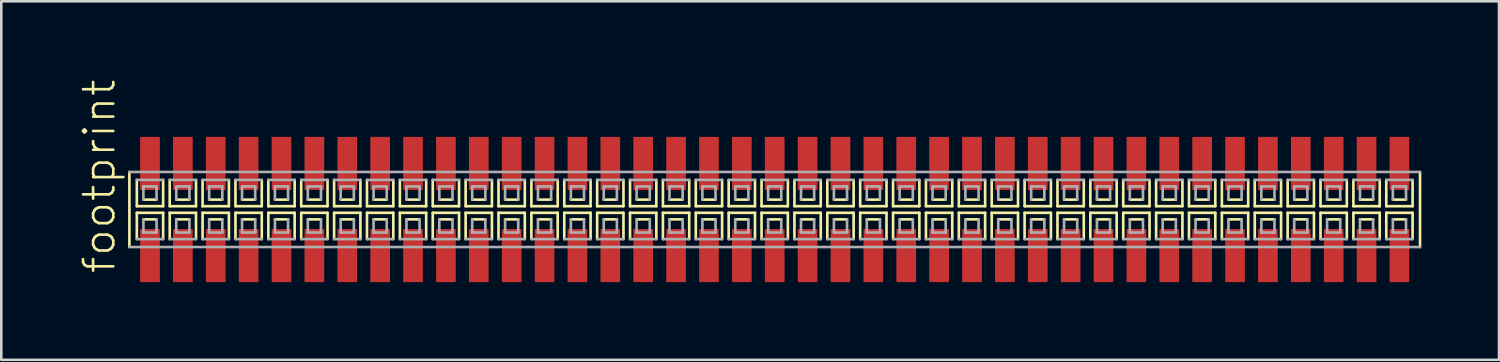
<source format=kicad_pcb>
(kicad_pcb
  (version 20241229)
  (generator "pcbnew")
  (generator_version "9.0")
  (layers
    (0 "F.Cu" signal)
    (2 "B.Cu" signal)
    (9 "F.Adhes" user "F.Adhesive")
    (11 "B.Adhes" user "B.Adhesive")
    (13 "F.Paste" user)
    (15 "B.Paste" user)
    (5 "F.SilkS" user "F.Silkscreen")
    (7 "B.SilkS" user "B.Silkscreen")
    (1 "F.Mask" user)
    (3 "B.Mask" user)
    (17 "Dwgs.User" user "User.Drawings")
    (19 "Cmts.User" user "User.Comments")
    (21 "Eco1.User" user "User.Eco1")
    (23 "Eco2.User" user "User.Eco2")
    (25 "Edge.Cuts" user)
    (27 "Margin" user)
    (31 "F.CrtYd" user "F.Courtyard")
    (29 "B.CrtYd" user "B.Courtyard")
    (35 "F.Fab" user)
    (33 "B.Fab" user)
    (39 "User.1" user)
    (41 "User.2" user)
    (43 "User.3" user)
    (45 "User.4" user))
  (footprint "footprint"
    (layer "F.Cu")
    (at 26.873 5.042)
    (property "Reference" "footprint" (at -25.4 2.54 90) (layer "F.SilkS") (effects (font (size 1.168 1.168) (thickness 0.102)) (justify left bottom)))
    (fp_line (start -24.925 -1.45) (end -24.925 1.45) (stroke (width 0.102) (type solid)) (layer "F.SilkS"))
    (fp_line (start -24.638 -1.143) (end -24.638 -0.127) (stroke (width 0.102) (type solid)) (layer "F.SilkS"))
    (fp_line (start -24.638 -0.127) (end -23.622 -0.127) (stroke (width 0.102) (type solid)) (layer "F.SilkS"))
    (fp_line (start -24.638 0.127) (end -24.638 1.143) (stroke (width 0.102) (type solid)) (layer "F.SilkS"))
    (fp_line (start -24.384 -0.381) (end -23.876 -0.381) (stroke (width 0.102) (type solid)) (layer "F.SilkS"))
    (fp_line (start -23.876 0.381) (end -24.384 0.381) (stroke (width 0.102) (type solid)) (layer "F.SilkS"))
    (fp_line (start -23.622 -0.127) (end -23.622 -1.143) (stroke (width 0.102) (type solid)) (layer "F.SilkS"))
    (fp_line (start -23.622 0.127) (end -24.638 0.127) (stroke (width 0.102) (type solid)) (layer "F.SilkS"))
    (fp_line (start -23.622 1.143) (end -23.622 0.127) (stroke (width 0.102) (type solid)) (layer "F.SilkS"))
    (fp_line (start -23.368 -1.143) (end -23.368 -0.127) (stroke (width 0.102) (type solid)) (layer "F.SilkS"))
    (fp_line (start -23.368 -0.127) (end -22.352 -0.127) (stroke (width 0.102) (type solid)) (layer "F.SilkS"))
    (fp_line (start -23.368 0.127) (end -23.368 1.143) (stroke (width 0.102) (type solid)) (layer "F.SilkS"))
    (fp_line (start -23.114 -0.381) (end -22.606 -0.381) (stroke (width 0.102) (type solid)) (layer "F.SilkS"))
    (fp_line (start -22.606 0.381) (end -23.114 0.381) (stroke (width 0.102) (type solid)) (layer "F.SilkS"))
    (fp_line (start -22.352 -0.127) (end -22.352 -1.143) (stroke (width 0.102) (type solid)) (layer "F.SilkS"))
    (fp_line (start -22.352 0.127) (end -23.368 0.127) (stroke (width 0.102) (type solid)) (layer "F.SilkS"))
    (fp_line (start -22.352 1.143) (end -22.352 0.127) (stroke (width 0.102) (type solid)) (layer "F.SilkS"))
    (fp_line (start -22.098 -1.143) (end -22.098 -0.127) (stroke (width 0.102) (type solid)) (layer "F.SilkS"))
    (fp_line (start -22.098 -0.127) (end -21.082 -0.127) (stroke (width 0.102) (type solid)) (layer "F.SilkS"))
    (fp_line (start -22.098 0.127) (end -22.098 1.143) (stroke (width 0.102) (type solid)) (layer "F.SilkS"))
    (fp_line (start -21.844 -0.381) (end -21.336 -0.381) (stroke (width 0.102) (type solid)) (layer "F.SilkS"))
    (fp_line (start -21.336 0.381) (end -21.844 0.381) (stroke (width 0.102) (type solid)) (layer "F.SilkS"))
    (fp_line (start -21.082 -0.127) (end -21.082 -1.143) (stroke (width 0.102) (type solid)) (layer "F.SilkS"))
    (fp_line (start -21.082 0.127) (end -22.098 0.127) (stroke (width 0.102) (type solid)) (layer "F.SilkS"))
    (fp_line (start -21.082 1.143) (end -21.082 0.127) (stroke (width 0.102) (type solid)) (layer "F.SilkS"))
    (fp_line (start -20.828 -1.143) (end -20.828 -0.127) (stroke (width 0.102) (type solid)) (layer "F.SilkS"))
    (fp_line (start -20.828 -0.127) (end -19.812 -0.127) (stroke (width 0.102) (type solid)) (layer "F.SilkS"))
    (fp_line (start -20.828 0.127) (end -20.828 1.143) (stroke (width 0.102) (type solid)) (layer "F.SilkS"))
    (fp_line (start -20.574 -0.381) (end -20.066 -0.381) (stroke (width 0.102) (type solid)) (layer "F.SilkS"))
    (fp_line (start -20.066 0.381) (end -20.574 0.381) (stroke (width 0.102) (type solid)) (layer "F.SilkS"))
    (fp_line (start -19.812 -0.127) (end -19.812 -1.143) (stroke (width 0.102) (type solid)) (layer "F.SilkS"))
    (fp_line (start -19.812 0.127) (end -20.828 0.127) (stroke (width 0.102) (type solid)) (layer "F.SilkS"))
    (fp_line (start -19.812 1.143) (end -19.812 0.127) (stroke (width 0.102) (type solid)) (layer "F.SilkS"))
    (fp_line (start -19.558 -1.143) (end -19.558 -0.127) (stroke (width 0.102) (type solid)) (layer "F.SilkS"))
    (fp_line (start -19.558 -0.127) (end -18.542 -0.127) (stroke (width 0.102) (type solid)) (layer "F.SilkS"))
    (fp_line (start -19.558 0.127) (end -19.558 1.143) (stroke (width 0.102) (type solid)) (layer "F.SilkS"))
    (fp_line (start -19.304 -0.381) (end -18.796 -0.381) (stroke (width 0.102) (type solid)) (layer "F.SilkS"))
    (fp_line (start -18.796 0.381) (end -19.304 0.381) (stroke (width 0.102) (type solid)) (layer "F.SilkS"))
    (fp_line (start -18.542 -0.127) (end -18.542 -1.143) (stroke (width 0.102) (type solid)) (layer "F.SilkS"))
    (fp_line (start -18.542 0.127) (end -19.558 0.127) (stroke (width 0.102) (type solid)) (layer "F.SilkS"))
    (fp_line (start -18.542 1.143) (end -18.542 0.127) (stroke (width 0.102) (type solid)) (layer "F.SilkS"))
    (fp_line (start -18.288 -1.143) (end -18.288 -0.127) (stroke (width 0.102) (type solid)) (layer "F.SilkS"))
    (fp_line (start -18.288 -0.127) (end -17.272 -0.127) (stroke (width 0.102) (type solid)) (layer "F.SilkS"))
    (fp_line (start -18.288 0.127) (end -18.288 1.143) (stroke (width 0.102) (type solid)) (layer "F.SilkS"))
    (fp_line (start -18.034 -0.381) (end -17.526 -0.381) (stroke (width 0.102) (type solid)) (layer "F.SilkS"))
    (fp_line (start -17.526 0.381) (end -18.034 0.381) (stroke (width 0.102) (type solid)) (layer "F.SilkS"))
    (fp_line (start -17.272 -0.127) (end -17.272 -1.143) (stroke (width 0.102) (type solid)) (layer "F.SilkS"))
    (fp_line (start -17.272 0.127) (end -18.288 0.127) (stroke (width 0.102) (type solid)) (layer "F.SilkS"))
    (fp_line (start -17.272 1.143) (end -17.272 0.127) (stroke (width 0.102) (type solid)) (layer "F.SilkS"))
    (fp_line (start -17.018 -1.143) (end -17.018 -0.127) (stroke (width 0.102) (type solid)) (layer "F.SilkS"))
    (fp_line (start -17.018 -0.127) (end -16.002 -0.127) (stroke (width 0.102) (type solid)) (layer "F.SilkS"))
    (fp_line (start -17.018 0.127) (end -17.018 1.143) (stroke (width 0.102) (type solid)) (layer "F.SilkS"))
    (fp_line (start -16.764 -0.381) (end -16.256 -0.381) (stroke (width 0.102) (type solid)) (layer "F.SilkS"))
    (fp_line (start -16.256 0.381) (end -16.764 0.381) (stroke (width 0.102) (type solid)) (layer "F.SilkS"))
    (fp_line (start -16.002 -0.127) (end -16.002 -1.143) (stroke (width 0.102) (type solid)) (layer "F.SilkS"))
    (fp_line (start -16.002 0.127) (end -17.018 0.127) (stroke (width 0.102) (type solid)) (layer "F.SilkS"))
    (fp_line (start -16.002 1.143) (end -16.002 0.127) (stroke (width 0.102) (type solid)) (layer "F.SilkS"))
    (fp_line (start -15.748 -1.143) (end -15.748 -0.127) (stroke (width 0.102) (type solid)) (layer "F.SilkS"))
    (fp_line (start -15.748 -0.127) (end -14.732 -0.127) (stroke (width 0.102) (type solid)) (layer "F.SilkS"))
    (fp_line (start -15.748 0.127) (end -15.748 1.143) (stroke (width 0.102) (type solid)) (layer "F.SilkS"))
    (fp_line (start -15.494 -0.381) (end -14.986 -0.381) (stroke (width 0.102) (type solid)) (layer "F.SilkS"))
    (fp_line (start -14.986 0.381) (end -15.494 0.381) (stroke (width 0.102) (type solid)) (layer "F.SilkS"))
    (fp_line (start -14.732 -0.127) (end -14.732 -1.143) (stroke (width 0.102) (type solid)) (layer "F.SilkS"))
    (fp_line (start -14.732 0.127) (end -15.748 0.127) (stroke (width 0.102) (type solid)) (layer "F.SilkS"))
    (fp_line (start -14.732 1.143) (end -14.732 0.127) (stroke (width 0.102) (type solid)) (layer "F.SilkS"))
    (fp_line (start -14.478 -1.143) (end -14.478 -0.127) (stroke (width 0.102) (type solid)) (layer "F.SilkS"))
    (fp_line (start -14.478 -0.127) (end -13.462 -0.127) (stroke (width 0.102) (type solid)) (layer "F.SilkS"))
    (fp_line (start -14.478 0.127) (end -14.478 1.143) (stroke (width 0.102) (type solid)) (layer "F.SilkS"))
    (fp_line (start -14.224 -0.381) (end -13.716 -0.381) (stroke (width 0.102) (type solid)) (layer "F.SilkS"))
    (fp_line (start -13.716 0.381) (end -14.224 0.381) (stroke (width 0.102) (type solid)) (layer "F.SilkS"))
    (fp_line (start -13.462 -0.127) (end -13.462 -1.143) (stroke (width 0.102) (type solid)) (layer "F.SilkS"))
    (fp_line (start -13.462 0.127) (end -14.478 0.127) (stroke (width 0.102) (type solid)) (layer "F.SilkS"))
    (fp_line (start -13.462 1.143) (end -13.462 0.127) (stroke (width 0.102) (type solid)) (layer "F.SilkS"))
    (fp_line (start -13.208 -1.143) (end -13.208 -0.127) (stroke (width 0.102) (type solid)) (layer "F.SilkS"))
    (fp_line (start -13.208 -0.127) (end -12.192 -0.127) (stroke (width 0.102) (type solid)) (layer "F.SilkS"))
    (fp_line (start -13.208 0.127) (end -13.208 1.143) (stroke (width 0.102) (type solid)) (layer "F.SilkS"))
    (fp_line (start -12.954 -0.381) (end -12.446 -0.381) (stroke (width 0.102) (type solid)) (layer "F.SilkS"))
    (fp_line (start -12.446 0.381) (end -12.954 0.381) (stroke (width 0.102) (type solid)) (layer "F.SilkS"))
    (fp_line (start -12.192 -0.127) (end -12.192 -1.143) (stroke (width 0.102) (type solid)) (layer "F.SilkS"))
    (fp_line (start -12.192 0.127) (end -13.208 0.127) (stroke (width 0.102) (type solid)) (layer "F.SilkS"))
    (fp_line (start -12.192 1.143) (end -12.192 0.127) (stroke (width 0.102) (type solid)) (layer "F.SilkS"))
    (fp_line (start -11.938 -1.143) (end -11.938 -0.127) (stroke (width 0.102) (type solid)) (layer "F.SilkS"))
    (fp_line (start -11.938 -0.127) (end -10.922 -0.127) (stroke (width 0.102) (type solid)) (layer "F.SilkS"))
    (fp_line (start -11.938 0.127) (end -11.938 1.143) (stroke (width 0.102) (type solid)) (layer "F.SilkS"))
    (fp_line (start -11.684 -0.381) (end -11.176 -0.381) (stroke (width 0.102) (type solid)) (layer "F.SilkS"))
    (fp_line (start -11.176 0.381) (end -11.684 0.381) (stroke (width 0.102) (type solid)) (layer "F.SilkS"))
    (fp_line (start -10.922 -0.127) (end -10.922 -1.143) (stroke (width 0.102) (type solid)) (layer "F.SilkS"))
    (fp_line (start -10.922 0.127) (end -11.938 0.127) (stroke (width 0.102) (type solid)) (layer "F.SilkS"))
    (fp_line (start -10.922 1.143) (end -10.922 0.127) (stroke (width 0.102) (type solid)) (layer "F.SilkS"))
    (fp_line (start -10.668 -1.143) (end -10.668 -0.127) (stroke (width 0.102) (type solid)) (layer "F.SilkS"))
    (fp_line (start -10.668 -0.127) (end -9.652 -0.127) (stroke (width 0.102) (type solid)) (layer "F.SilkS"))
    (fp_line (start -10.668 0.127) (end -10.668 1.143) (stroke (width 0.102) (type solid)) (layer "F.SilkS"))
    (fp_line (start -10.414 -0.381) (end -9.906 -0.381) (stroke (width 0.102) (type solid)) (layer "F.SilkS"))
    (fp_line (start -9.906 0.381) (end -10.414 0.381) (stroke (width 0.102) (type solid)) (layer "F.SilkS"))
    (fp_line (start -9.652 -0.127) (end -9.652 -1.143) (stroke (width 0.102) (type solid)) (layer "F.SilkS"))
    (fp_line (start -9.652 0.127) (end -10.668 0.127) (stroke (width 0.102) (type solid)) (layer "F.SilkS"))
    (fp_line (start -9.652 1.143) (end -9.652 0.127) (stroke (width 0.102) (type solid)) (layer "F.SilkS"))
    (fp_line (start -9.398 -1.143) (end -9.398 -0.127) (stroke (width 0.102) (type solid)) (layer "F.SilkS"))
    (fp_line (start -9.398 -0.127) (end -8.382 -0.127) (stroke (width 0.102) (type solid)) (layer "F.SilkS"))
    (fp_line (start -9.398 0.127) (end -9.398 1.143) (stroke (width 0.102) (type solid)) (layer "F.SilkS"))
    (fp_line (start -9.144 -0.381) (end -8.636 -0.381) (stroke (width 0.102) (type solid)) (layer "F.SilkS"))
    (fp_line (start -8.636 0.381) (end -9.144 0.381) (stroke (width 0.102) (type solid)) (layer "F.SilkS"))
    (fp_line (start -8.382 -0.127) (end -8.382 -1.143) (stroke (width 0.102) (type solid)) (layer "F.SilkS"))
    (fp_line (start -8.382 0.127) (end -9.398 0.127) (stroke (width 0.102) (type solid)) (layer "F.SilkS"))
    (fp_line (start -8.382 1.143) (end -8.382 0.127) (stroke (width 0.102) (type solid)) (layer "F.SilkS"))
    (fp_line (start -8.128 -1.143) (end -8.128 -0.127) (stroke (width 0.102) (type solid)) (layer "F.SilkS"))
    (fp_line (start -8.128 -0.127) (end -7.112 -0.127) (stroke (width 0.102) (type solid)) (layer "F.SilkS"))
    (fp_line (start -8.128 0.127) (end -8.128 1.143) (stroke (width 0.102) (type solid)) (layer "F.SilkS"))
    (fp_line (start -7.874 -0.381) (end -7.366 -0.381) (stroke (width 0.102) (type solid)) (layer "F.SilkS"))
    (fp_line (start -7.366 0.381) (end -7.874 0.381) (stroke (width 0.102) (type solid)) (layer "F.SilkS"))
    (fp_line (start -7.112 -0.127) (end -7.112 -1.143) (stroke (width 0.102) (type solid)) (layer "F.SilkS"))
    (fp_line (start -7.112 0.127) (end -8.128 0.127) (stroke (width 0.102) (type solid)) (layer "F.SilkS"))
    (fp_line (start -7.112 1.143) (end -7.112 0.127) (stroke (width 0.102) (type solid)) (layer "F.SilkS"))
    (fp_line (start -6.858 -1.143) (end -6.858 -0.127) (stroke (width 0.102) (type solid)) (layer "F.SilkS"))
    (fp_line (start -6.858 -0.127) (end -5.842 -0.127) (stroke (width 0.102) (type solid)) (layer "F.SilkS"))
    (fp_line (start -6.858 0.127) (end -6.858 1.143) (stroke (width 0.102) (type solid)) (layer "F.SilkS"))
    (fp_line (start -6.604 -0.381) (end -6.096 -0.381) (stroke (width 0.102) (type solid)) (layer "F.SilkS"))
    (fp_line (start -6.096 0.381) (end -6.604 0.381) (stroke (width 0.102) (type solid)) (layer "F.SilkS"))
    (fp_line (start -5.842 -0.127) (end -5.842 -1.143) (stroke (width 0.102) (type solid)) (layer "F.SilkS"))
    (fp_line (start -5.842 0.127) (end -6.858 0.127) (stroke (width 0.102) (type solid)) (layer "F.SilkS"))
    (fp_line (start -5.842 1.143) (end -5.842 0.127) (stroke (width 0.102) (type solid)) (layer "F.SilkS"))
    (fp_line (start -5.588 -1.143) (end -5.588 -0.127) (stroke (width 0.102) (type solid)) (layer "F.SilkS"))
    (fp_line (start -5.588 -0.127) (end -4.572 -0.127) (stroke (width 0.102) (type solid)) (layer "F.SilkS"))
    (fp_line (start -5.588 0.127) (end -5.588 1.143) (stroke (width 0.102) (type solid)) (layer "F.SilkS"))
    (fp_line (start -5.334 -0.381) (end -4.826 -0.381) (stroke (width 0.102) (type solid)) (layer "F.SilkS"))
    (fp_line (start -4.826 0.381) (end -5.334 0.381) (stroke (width 0.102) (type solid)) (layer "F.SilkS"))
    (fp_line (start -4.572 -0.127) (end -4.572 -1.143) (stroke (width 0.102) (type solid)) (layer "F.SilkS"))
    (fp_line (start -4.572 0.127) (end -5.588 0.127) (stroke (width 0.102) (type solid)) (layer "F.SilkS"))
    (fp_line (start -4.572 1.143) (end -4.572 0.127) (stroke (width 0.102) (type solid)) (layer "F.SilkS"))
    (fp_line (start -4.318 -1.143) (end -4.318 -0.127) (stroke (width 0.102) (type solid)) (layer "F.SilkS"))
    (fp_line (start -4.318 -0.127) (end -3.302 -0.127) (stroke (width 0.102) (type solid)) (layer "F.SilkS"))
    (fp_line (start -4.318 0.127) (end -4.318 1.143) (stroke (width 0.102) (type solid)) (layer "F.SilkS"))
    (fp_line (start -4.064 -0.381) (end -3.556 -0.381) (stroke (width 0.102) (type solid)) (layer "F.SilkS"))
    (fp_line (start -3.556 0.381) (end -4.064 0.381) (stroke (width 0.102) (type solid)) (layer "F.SilkS"))
    (fp_line (start -3.302 -0.127) (end -3.302 -1.143) (stroke (width 0.102) (type solid)) (layer "F.SilkS"))
    (fp_line (start -3.302 0.127) (end -4.318 0.127) (stroke (width 0.102) (type solid)) (layer "F.SilkS"))
    (fp_line (start -3.302 1.143) (end -3.302 0.127) (stroke (width 0.102) (type solid)) (layer "F.SilkS"))
    (fp_line (start -3.048 -1.143) (end -3.048 -0.127) (stroke (width 0.102) (type solid)) (layer "F.SilkS"))
    (fp_line (start -3.048 -0.127) (end -2.032 -0.127) (stroke (width 0.102) (type solid)) (layer "F.SilkS"))
    (fp_line (start -3.048 0.127) (end -3.048 1.143) (stroke (width 0.102) (type solid)) (layer "F.SilkS"))
    (fp_line (start -2.794 -0.381) (end -2.286 -0.381) (stroke (width 0.102) (type solid)) (layer "F.SilkS"))
    (fp_line (start -2.286 0.381) (end -2.794 0.381) (stroke (width 0.102) (type solid)) (layer "F.SilkS"))
    (fp_line (start -2.032 -0.127) (end -2.032 -1.143) (stroke (width 0.102) (type solid)) (layer "F.SilkS"))
    (fp_line (start -2.032 0.127) (end -3.048 0.127) (stroke (width 0.102) (type solid)) (layer "F.SilkS"))
    (fp_line (start -2.032 1.143) (end -2.032 0.127) (stroke (width 0.102) (type solid)) (layer "F.SilkS"))
    (fp_line (start -1.778 -1.143) (end -1.778 -0.127) (stroke (width 0.102) (type solid)) (layer "F.SilkS"))
    (fp_line (start -1.778 -0.127) (end -0.762 -0.127) (stroke (width 0.102) (type solid)) (layer "F.SilkS"))
    (fp_line (start -1.778 0.127) (end -1.778 1.143) (stroke (width 0.102) (type solid)) (layer "F.SilkS"))
    (fp_line (start -1.524 -0.381) (end -1.016 -0.381) (stroke (width 0.102) (type solid)) (layer "F.SilkS"))
    (fp_line (start -1.016 0.381) (end -1.524 0.381) (stroke (width 0.102) (type solid)) (layer "F.SilkS"))
    (fp_line (start -0.762 -0.127) (end -0.762 -1.143) (stroke (width 0.102) (type solid)) (layer "F.SilkS"))
    (fp_line (start -0.762 0.127) (end -1.778 0.127) (stroke (width 0.102) (type solid)) (layer "F.SilkS"))
    (fp_line (start -0.762 1.143) (end -0.762 0.127) (stroke (width 0.102) (type solid)) (layer "F.SilkS"))
    (fp_line (start -0.508 -1.143) (end -0.508 -0.127) (stroke (width 0.102) (type solid)) (layer "F.SilkS"))
    (fp_line (start -0.508 -0.127) (end 0.508 -0.127) (stroke (width 0.102) (type solid)) (layer "F.SilkS"))
    (fp_line (start -0.508 0.127) (end -0.508 1.143) (stroke (width 0.102) (type solid)) (layer "F.SilkS"))
    (fp_line (start -0.254 -0.381) (end 0.254 -0.381) (stroke (width 0.102) (type solid)) (layer "F.SilkS"))
    (fp_line (start 0.254 0.381) (end -0.254 0.381) (stroke (width 0.102) (type solid)) (layer "F.SilkS"))
    (fp_line (start 0.508 -0.127) (end 0.508 -1.143) (stroke (width 0.102) (type solid)) (layer "F.SilkS"))
    (fp_line (start 0.508 0.127) (end -0.508 0.127) (stroke (width 0.102) (type solid)) (layer "F.SilkS"))
    (fp_line (start 0.508 1.143) (end 0.508 0.127) (stroke (width 0.102) (type solid)) (layer "F.SilkS"))
    (fp_line (start 0.762 -1.143) (end 0.762 -0.127) (stroke (width 0.102) (type solid)) (layer "F.SilkS"))
    (fp_line (start 0.762 -0.127) (end 1.778 -0.127) (stroke (width 0.102) (type solid)) (layer "F.SilkS"))
    (fp_line (start 0.762 0.127) (end 0.762 1.143) (stroke (width 0.102) (type solid)) (layer "F.SilkS"))
    (fp_line (start 1.016 -0.381) (end 1.524 -0.381) (stroke (width 0.102) (type solid)) (layer "F.SilkS"))
    (fp_line (start 1.524 0.381) (end 1.016 0.381) (stroke (width 0.102) (type solid)) (layer "F.SilkS"))
    (fp_line (start 1.778 -0.127) (end 1.778 -1.143) (stroke (width 0.102) (type solid)) (layer "F.SilkS"))
    (fp_line (start 1.778 0.127) (end 0.762 0.127) (stroke (width 0.102) (type solid)) (layer "F.SilkS"))
    (fp_line (start 1.778 1.143) (end 1.778 0.127) (stroke (width 0.102) (type solid)) (layer "F.SilkS"))
    (fp_line (start 2.032 -1.143) (end 2.032 -0.127) (stroke (width 0.102) (type solid)) (layer "F.SilkS"))
    (fp_line (start 2.032 -0.127) (end 3.048 -0.127) (stroke (width 0.102) (type solid)) (layer "F.SilkS"))
    (fp_line (start 2.032 0.127) (end 2.032 1.143) (stroke (width 0.102) (type solid)) (layer "F.SilkS"))
    (fp_line (start 2.286 -0.381) (end 2.794 -0.381) (stroke (width 0.102) (type solid)) (layer "F.SilkS"))
    (fp_line (start 2.794 0.381) (end 2.286 0.381) (stroke (width 0.102) (type solid)) (layer "F.SilkS"))
    (fp_line (start 3.048 -0.127) (end 3.048 -1.143) (stroke (width 0.102) (type solid)) (layer "F.SilkS"))
    (fp_line (start 3.048 0.127) (end 2.032 0.127) (stroke (width 0.102) (type solid)) (layer "F.SilkS"))
    (fp_line (start 3.048 1.143) (end 3.048 0.127) (stroke (width 0.102) (type solid)) (layer "F.SilkS"))
    (fp_line (start 3.302 -1.143) (end 3.302 -0.127) (stroke (width 0.102) (type solid)) (layer "F.SilkS"))
    (fp_line (start 3.302 -0.127) (end 4.318 -0.127) (stroke (width 0.102) (type solid)) (layer "F.SilkS"))
    (fp_line (start 3.302 0.127) (end 3.302 1.143) (stroke (width 0.102) (type solid)) (layer "F.SilkS"))
    (fp_line (start 3.556 -0.381) (end 4.064 -0.381) (stroke (width 0.102) (type solid)) (layer "F.SilkS"))
    (fp_line (start 4.064 0.381) (end 3.556 0.381) (stroke (width 0.102) (type solid)) (layer "F.SilkS"))
    (fp_line (start 4.318 -0.127) (end 4.318 -1.143) (stroke (width 0.102) (type solid)) (layer "F.SilkS"))
    (fp_line (start 4.318 0.127) (end 3.302 0.127) (stroke (width 0.102) (type solid)) (layer "F.SilkS"))
    (fp_line (start 4.318 1.143) (end 4.318 0.127) (stroke (width 0.102) (type solid)) (layer "F.SilkS"))
    (fp_line (start 4.572 -1.143) (end 4.572 -0.127) (stroke (width 0.102) (type solid)) (layer "F.SilkS"))
    (fp_line (start 4.572 -0.127) (end 5.588 -0.127) (stroke (width 0.102) (type solid)) (layer "F.SilkS"))
    (fp_line (start 4.572 0.127) (end 4.572 1.143) (stroke (width 0.102) (type solid)) (layer "F.SilkS"))
    (fp_line (start 4.826 -0.381) (end 5.334 -0.381) (stroke (width 0.102) (type solid)) (layer "F.SilkS"))
    (fp_line (start 5.334 0.381) (end 4.826 0.381) (stroke (width 0.102) (type solid)) (layer "F.SilkS"))
    (fp_line (start 5.588 -0.127) (end 5.588 -1.143) (stroke (width 0.102) (type solid)) (layer "F.SilkS"))
    (fp_line (start 5.588 0.127) (end 4.572 0.127) (stroke (width 0.102) (type solid)) (layer "F.SilkS"))
    (fp_line (start 5.588 1.143) (end 5.588 0.127) (stroke (width 0.102) (type solid)) (layer "F.SilkS"))
    (fp_line (start 5.842 -1.143) (end 5.842 -0.127) (stroke (width 0.102) (type solid)) (layer "F.SilkS"))
    (fp_line (start 5.842 -0.127) (end 6.858 -0.127) (stroke (width 0.102) (type solid)) (layer "F.SilkS"))
    (fp_line (start 5.842 0.127) (end 5.842 1.143) (stroke (width 0.102) (type solid)) (layer "F.SilkS"))
    (fp_line (start 6.096 -0.381) (end 6.604 -0.381) (stroke (width 0.102) (type solid)) (layer "F.SilkS"))
    (fp_line (start 6.604 0.381) (end 6.096 0.381) (stroke (width 0.102) (type solid)) (layer "F.SilkS"))
    (fp_line (start 6.858 -0.127) (end 6.858 -1.143) (stroke (width 0.102) (type solid)) (layer "F.SilkS"))
    (fp_line (start 6.858 0.127) (end 5.842 0.127) (stroke (width 0.102) (type solid)) (layer "F.SilkS"))
    (fp_line (start 6.858 1.143) (end 6.858 0.127) (stroke (width 0.102) (type solid)) (layer "F.SilkS"))
    (fp_line (start 7.112 -1.143) (end 7.112 -0.127) (stroke (width 0.102) (type solid)) (layer "F.SilkS"))
    (fp_line (start 7.112 -0.127) (end 8.128 -0.127) (stroke (width 0.102) (type solid)) (layer "F.SilkS"))
    (fp_line (start 7.112 0.127) (end 7.112 1.143) (stroke (width 0.102) (type solid)) (layer "F.SilkS"))
    (fp_line (start 7.366 -0.381) (end 7.874 -0.381) (stroke (width 0.102) (type solid)) (layer "F.SilkS"))
    (fp_line (start 7.874 0.381) (end 7.366 0.381) (stroke (width 0.102) (type solid)) (layer "F.SilkS"))
    (fp_line (start 8.128 -0.127) (end 8.128 -1.143) (stroke (width 0.102) (type solid)) (layer "F.SilkS"))
    (fp_line (start 8.128 0.127) (end 7.112 0.127) (stroke (width 0.102) (type solid)) (layer "F.SilkS"))
    (fp_line (start 8.128 1.143) (end 8.128 0.127) (stroke (width 0.102) (type solid)) (layer "F.SilkS"))
    (fp_line (start 8.382 -1.143) (end 8.382 -0.127) (stroke (width 0.102) (type solid)) (layer "F.SilkS"))
    (fp_line (start 8.382 -0.127) (end 9.398 -0.127) (stroke (width 0.102) (type solid)) (layer "F.SilkS"))
    (fp_line (start 8.382 0.127) (end 8.382 1.143) (stroke (width 0.102) (type solid)) (layer "F.SilkS"))
    (fp_line (start 8.636 -0.381) (end 9.144 -0.381) (stroke (width 0.102) (type solid)) (layer "F.SilkS"))
    (fp_line (start 9.144 0.381) (end 8.636 0.381) (stroke (width 0.102) (type solid)) (layer "F.SilkS"))
    (fp_line (start 9.398 -0.127) (end 9.398 -1.143) (stroke (width 0.102) (type solid)) (layer "F.SilkS"))
    (fp_line (start 9.398 0.127) (end 8.382 0.127) (stroke (width 0.102) (type solid)) (layer "F.SilkS"))
    (fp_line (start 9.398 1.143) (end 9.398 0.127) (stroke (width 0.102) (type solid)) (layer "F.SilkS"))
    (fp_line (start 9.652 -1.143) (end 9.652 -0.127) (stroke (width 0.102) (type solid)) (layer "F.SilkS"))
    (fp_line (start 9.652 -0.127) (end 10.668 -0.127) (stroke (width 0.102) (type solid)) (layer "F.SilkS"))
    (fp_line (start 9.652 0.127) (end 9.652 1.143) (stroke (width 0.102) (type solid)) (layer "F.SilkS"))
    (fp_line (start 9.906 -0.381) (end 10.414 -0.381) (stroke (width 0.102) (type solid)) (layer "F.SilkS"))
    (fp_line (start 10.414 0.381) (end 9.906 0.381) (stroke (width 0.102) (type solid)) (layer "F.SilkS"))
    (fp_line (start 10.668 -0.127) (end 10.668 -1.143) (stroke (width 0.102) (type solid)) (layer "F.SilkS"))
    (fp_line (start 10.668 0.127) (end 9.652 0.127) (stroke (width 0.102) (type solid)) (layer "F.SilkS"))
    (fp_line (start 10.668 1.143) (end 10.668 0.127) (stroke (width 0.102) (type solid)) (layer "F.SilkS"))
    (fp_line (start 10.922 -1.143) (end 10.922 -0.127) (stroke (width 0.102) (type solid)) (layer "F.SilkS"))
    (fp_line (start 10.922 -0.127) (end 11.938 -0.127) (stroke (width 0.102) (type solid)) (layer "F.SilkS"))
    (fp_line (start 10.922 0.127) (end 10.922 1.143) (stroke (width 0.102) (type solid)) (layer "F.SilkS"))
    (fp_line (start 11.176 -0.381) (end 11.684 -0.381) (stroke (width 0.102) (type solid)) (layer "F.SilkS"))
    (fp_line (start 11.684 0.381) (end 11.176 0.381) (stroke (width 0.102) (type solid)) (layer "F.SilkS"))
    (fp_line (start 11.938 -0.127) (end 11.938 -1.143) (stroke (width 0.102) (type solid)) (layer "F.SilkS"))
    (fp_line (start 11.938 0.127) (end 10.922 0.127) (stroke (width 0.102) (type solid)) (layer "F.SilkS"))
    (fp_line (start 11.938 1.143) (end 11.938 0.127) (stroke (width 0.102) (type solid)) (layer "F.SilkS"))
    (fp_line (start 12.192 -1.143) (end 12.192 -0.127) (stroke (width 0.102) (type solid)) (layer "F.SilkS"))
    (fp_line (start 12.192 -0.127) (end 13.208 -0.127) (stroke (width 0.102) (type solid)) (layer "F.SilkS"))
    (fp_line (start 12.192 0.127) (end 12.192 1.143) (stroke (width 0.102) (type solid)) (layer "F.SilkS"))
    (fp_line (start 12.446 -0.381) (end 12.954 -0.381) (stroke (width 0.102) (type solid)) (layer "F.SilkS"))
    (fp_line (start 12.954 0.381) (end 12.446 0.381) (stroke (width 0.102) (type solid)) (layer "F.SilkS"))
    (fp_line (start 13.208 -0.127) (end 13.208 -1.143) (stroke (width 0.102) (type solid)) (layer "F.SilkS"))
    (fp_line (start 13.208 0.127) (end 12.192 0.127) (stroke (width 0.102) (type solid)) (layer "F.SilkS"))
    (fp_line (start 13.208 1.143) (end 13.208 0.127) (stroke (width 0.102) (type solid)) (layer "F.SilkS"))
    (fp_line (start 13.462 -1.143) (end 13.462 -0.127) (stroke (width 0.102) (type solid)) (layer "F.SilkS"))
    (fp_line (start 13.462 -0.127) (end 14.478 -0.127) (stroke (width 0.102) (type solid)) (layer "F.SilkS"))
    (fp_line (start 13.462 0.127) (end 13.462 1.143) (stroke (width 0.102) (type solid)) (layer "F.SilkS"))
    (fp_line (start 13.716 -0.381) (end 14.224 -0.381) (stroke (width 0.102) (type solid)) (layer "F.SilkS"))
    (fp_line (start 14.224 0.381) (end 13.716 0.381) (stroke (width 0.102) (type solid)) (layer "F.SilkS"))
    (fp_line (start 14.478 -0.127) (end 14.478 -1.143) (stroke (width 0.102) (type solid)) (layer "F.SilkS"))
    (fp_line (start 14.478 0.127) (end 13.462 0.127) (stroke (width 0.102) (type solid)) (layer "F.SilkS"))
    (fp_line (start 14.478 1.143) (end 14.478 0.127) (stroke (width 0.102) (type solid)) (layer "F.SilkS"))
    (fp_line (start 14.732 -1.143) (end 14.732 -0.127) (stroke (width 0.102) (type solid)) (layer "F.SilkS"))
    (fp_line (start 14.732 -0.127) (end 15.748 -0.127) (stroke (width 0.102) (type solid)) (layer "F.SilkS"))
    (fp_line (start 14.732 0.127) (end 14.732 1.143) (stroke (width 0.102) (type solid)) (layer "F.SilkS"))
    (fp_line (start 14.986 -0.381) (end 15.494 -0.381) (stroke (width 0.102) (type solid)) (layer "F.SilkS"))
    (fp_line (start 15.494 0.381) (end 14.986 0.381) (stroke (width 0.102) (type solid)) (layer "F.SilkS"))
    (fp_line (start 15.748 -0.127) (end 15.748 -1.143) (stroke (width 0.102) (type solid)) (layer "F.SilkS"))
    (fp_line (start 15.748 0.127) (end 14.732 0.127) (stroke (width 0.102) (type solid)) (layer "F.SilkS"))
    (fp_line (start 15.748 1.143) (end 15.748 0.127) (stroke (width 0.102) (type solid)) (layer "F.SilkS"))
    (fp_line (start 16.002 -1.143) (end 16.002 -0.127) (stroke (width 0.102) (type solid)) (layer "F.SilkS"))
    (fp_line (start 16.002 -0.127) (end 17.018 -0.127) (stroke (width 0.102) (type solid)) (layer "F.SilkS"))
    (fp_line (start 16.002 0.127) (end 16.002 1.143) (stroke (width 0.102) (type solid)) (layer "F.SilkS"))
    (fp_line (start 16.256 -0.381) (end 16.764 -0.381) (stroke (width 0.102) (type solid)) (layer "F.SilkS"))
    (fp_line (start 16.764 0.381) (end 16.256 0.381) (stroke (width 0.102) (type solid)) (layer "F.SilkS"))
    (fp_line (start 17.018 -0.127) (end 17.018 -1.143) (stroke (width 0.102) (type solid)) (layer "F.SilkS"))
    (fp_line (start 17.018 0.127) (end 16.002 0.127) (stroke (width 0.102) (type solid)) (layer "F.SilkS"))
    (fp_line (start 17.018 1.143) (end 17.018 0.127) (stroke (width 0.102) (type solid)) (layer "F.SilkS"))
    (fp_line (start 17.272 -1.143) (end 17.272 -0.127) (stroke (width 0.102) (type solid)) (layer "F.SilkS"))
    (fp_line (start 17.272 -0.127) (end 18.288 -0.127) (stroke (width 0.102) (type solid)) (layer "F.SilkS"))
    (fp_line (start 17.272 0.127) (end 17.272 1.143) (stroke (width 0.102) (type solid)) (layer "F.SilkS"))
    (fp_line (start 17.526 -0.381) (end 18.034 -0.381) (stroke (width 0.102) (type solid)) (layer "F.SilkS"))
    (fp_line (start 18.034 0.381) (end 17.526 0.381) (stroke (width 0.102) (type solid)) (layer "F.SilkS"))
    (fp_line (start 18.288 -0.127) (end 18.288 -1.143) (stroke (width 0.102) (type solid)) (layer "F.SilkS"))
    (fp_line (start 18.288 0.127) (end 17.272 0.127) (stroke (width 0.102) (type solid)) (layer "F.SilkS"))
    (fp_line (start 18.288 1.143) (end 18.288 0.127) (stroke (width 0.102) (type solid)) (layer "F.SilkS"))
    (fp_line (start 18.542 -1.143) (end 18.542 -0.127) (stroke (width 0.102) (type solid)) (layer "F.SilkS"))
    (fp_line (start 18.542 -0.127) (end 19.558 -0.127) (stroke (width 0.102) (type solid)) (layer "F.SilkS"))
    (fp_line (start 18.542 0.127) (end 18.542 1.143) (stroke (width 0.102) (type solid)) (layer "F.SilkS"))
    (fp_line (start 18.796 -0.381) (end 19.304 -0.381) (stroke (width 0.102) (type solid)) (layer "F.SilkS"))
    (fp_line (start 19.304 0.381) (end 18.796 0.381) (stroke (width 0.102) (type solid)) (layer "F.SilkS"))
    (fp_line (start 19.558 -0.127) (end 19.558 -1.143) (stroke (width 0.102) (type solid)) (layer "F.SilkS"))
    (fp_line (start 19.558 0.127) (end 18.542 0.127) (stroke (width 0.102) (type solid)) (layer "F.SilkS"))
    (fp_line (start 19.558 1.143) (end 19.558 0.127) (stroke (width 0.102) (type solid)) (layer "F.SilkS"))
    (fp_line (start 19.812 -1.143) (end 19.812 -0.127) (stroke (width 0.102) (type solid)) (layer "F.SilkS"))
    (fp_line (start 19.812 -0.127) (end 20.828 -0.127) (stroke (width 0.102) (type solid)) (layer "F.SilkS"))
    (fp_line (start 19.812 0.127) (end 19.812 1.143) (stroke (width 0.102) (type solid)) (layer "F.SilkS"))
    (fp_line (start 20.066 -0.381) (end 20.574 -0.381) (stroke (width 0.102) (type solid)) (layer "F.SilkS"))
    (fp_line (start 20.574 0.381) (end 20.066 0.381) (stroke (width 0.102) (type solid)) (layer "F.SilkS"))
    (fp_line (start 20.828 -0.127) (end 20.828 -1.143) (stroke (width 0.102) (type solid)) (layer "F.SilkS"))
    (fp_line (start 20.828 0.127) (end 19.812 0.127) (stroke (width 0.102) (type solid)) (layer "F.SilkS"))
    (fp_line (start 20.828 1.143) (end 20.828 0.127) (stroke (width 0.102) (type solid)) (layer "F.SilkS"))
    (fp_line (start 21.082 -1.143) (end 21.082 -0.127) (stroke (width 0.102) (type solid)) (layer "F.SilkS"))
    (fp_line (start 21.082 -0.127) (end 22.098 -0.127) (stroke (width 0.102) (type solid)) (layer "F.SilkS"))
    (fp_line (start 21.082 0.127) (end 21.082 1.143) (stroke (width 0.102) (type solid)) (layer "F.SilkS"))
    (fp_line (start 21.336 -0.381) (end 21.844 -0.381) (stroke (width 0.102) (type solid)) (layer "F.SilkS"))
    (fp_line (start 21.844 0.381) (end 21.336 0.381) (stroke (width 0.102) (type solid)) (layer "F.SilkS"))
    (fp_line (start 22.098 -0.127) (end 22.098 -1.143) (stroke (width 0.102) (type solid)) (layer "F.SilkS"))
    (fp_line (start 22.098 0.127) (end 21.082 0.127) (stroke (width 0.102) (type solid)) (layer "F.SilkS"))
    (fp_line (start 22.098 1.143) (end 22.098 0.127) (stroke (width 0.102) (type solid)) (layer "F.SilkS"))
    (fp_line (start 22.352 -1.143) (end 22.352 -0.127) (stroke (width 0.102) (type solid)) (layer "F.SilkS"))
    (fp_line (start 22.352 -0.127) (end 23.368 -0.127) (stroke (width 0.102) (type solid)) (layer "F.SilkS"))
    (fp_line (start 22.352 0.127) (end 22.352 1.143) (stroke (width 0.102) (type solid)) (layer "F.SilkS"))
    (fp_line (start 22.606 -0.381) (end 23.114 -0.381) (stroke (width 0.102) (type solid)) (layer "F.SilkS"))
    (fp_line (start 23.114 0.381) (end 22.606 0.381) (stroke (width 0.102) (type solid)) (layer "F.SilkS"))
    (fp_line (start 23.368 -0.127) (end 23.368 -1.143) (stroke (width 0.102) (type solid)) (layer "F.SilkS"))
    (fp_line (start 23.368 0.127) (end 22.352 0.127) (stroke (width 0.102) (type solid)) (layer "F.SilkS"))
    (fp_line (start 23.368 1.143) (end 23.368 0.127) (stroke (width 0.102) (type solid)) (layer "F.SilkS"))
    (fp_line (start 23.622 -1.143) (end 23.622 -0.127) (stroke (width 0.102) (type solid)) (layer "F.SilkS"))
    (fp_line (start 23.622 -0.127) (end 24.638 -0.127) (stroke (width 0.102) (type solid)) (layer "F.SilkS"))
    (fp_line (start 23.622 0.127) (end 23.622 1.143) (stroke (width 0.102) (type solid)) (layer "F.SilkS"))
    (fp_line (start 23.876 -0.381) (end 24.384 -0.381) (stroke (width 0.102) (type solid)) (layer "F.SilkS"))
    (fp_line (start 24.384 0.381) (end 23.876 0.381) (stroke (width 0.102) (type solid)) (layer "F.SilkS"))
    (fp_line (start 24.638 -0.127) (end 24.638 -1.143) (stroke (width 0.102) (type solid)) (layer "F.SilkS"))
    (fp_line (start 24.638 0.127) (end 23.622 0.127) (stroke (width 0.102) (type solid)) (layer "F.SilkS"))
    (fp_line (start 24.638 1.143) (end 24.638 0.127) (stroke (width 0.102) (type solid)) (layer "F.SilkS"))
    (fp_line (start 24.925 1.45) (end 24.925 -1.45) (stroke (width 0.102) (type solid)) (layer "F.SilkS"))
    (fp_line (start -24.925 1.45) (end 24.925 1.45) (stroke (width 0.102) (type solid)) (layer "F.Fab"))
    (fp_line (start -24.638 1.143) (end -23.622 1.143) (stroke (width 0.102) (type solid)) (layer "F.Fab"))
    (fp_line (start -24.384 -0.889) (end -24.384 -0.381) (stroke (width 0.102) (type solid)) (layer "F.Fab"))
    (fp_line (start -24.384 0.381) (end -24.384 0.889) (stroke (width 0.102) (type solid)) (layer "F.Fab"))
    (fp_line (start -24.384 0.889) (end -23.876 0.889) (stroke (width 0.102) (type solid)) (layer "F.Fab"))
    (fp_line (start -23.876 -0.889) (end -24.384 -0.889) (stroke (width 0.102) (type solid)) (layer "F.Fab"))
    (fp_line (start -23.876 -0.381) (end -23.876 -0.889) (stroke (width 0.102) (type solid)) (layer "F.Fab"))
    (fp_line (start -23.876 0.889) (end -23.876 0.381) (stroke (width 0.102) (type solid)) (layer "F.Fab"))
    (fp_line (start -23.622 -1.143) (end -24.638 -1.143) (stroke (width 0.102) (type solid)) (layer "F.Fab"))
    (fp_line (start -23.368 1.143) (end -22.352 1.143) (stroke (width 0.102) (type solid)) (layer "F.Fab"))
    (fp_line (start -23.114 -0.889) (end -23.114 -0.381) (stroke (width 0.102) (type solid)) (layer "F.Fab"))
    (fp_line (start -23.114 0.381) (end -23.114 0.889) (stroke (width 0.102) (type solid)) (layer "F.Fab"))
    (fp_line (start -23.114 0.889) (end -22.606 0.889) (stroke (width 0.102) (type solid)) (layer "F.Fab"))
    (fp_line (start -22.606 -0.889) (end -23.114 -0.889) (stroke (width 0.102) (type solid)) (layer "F.Fab"))
    (fp_line (start -22.606 -0.381) (end -22.606 -0.889) (stroke (width 0.102) (type solid)) (layer "F.Fab"))
    (fp_line (start -22.606 0.889) (end -22.606 0.381) (stroke (width 0.102) (type solid)) (layer "F.Fab"))
    (fp_line (start -22.352 -1.143) (end -23.368 -1.143) (stroke (width 0.102) (type solid)) (layer "F.Fab"))
    (fp_line (start -22.098 1.143) (end -21.082 1.143) (stroke (width 0.102) (type solid)) (layer "F.Fab"))
    (fp_line (start -21.844 -0.889) (end -21.844 -0.381) (stroke (width 0.102) (type solid)) (layer "F.Fab"))
    (fp_line (start -21.844 0.381) (end -21.844 0.889) (stroke (width 0.102) (type solid)) (layer "F.Fab"))
    (fp_line (start -21.844 0.889) (end -21.336 0.889) (stroke (width 0.102) (type solid)) (layer "F.Fab"))
    (fp_line (start -21.336 -0.889) (end -21.844 -0.889) (stroke (width 0.102) (type solid)) (layer "F.Fab"))
    (fp_line (start -21.336 -0.381) (end -21.336 -0.889) (stroke (width 0.102) (type solid)) (layer "F.Fab"))
    (fp_line (start -21.336 0.889) (end -21.336 0.381) (stroke (width 0.102) (type solid)) (layer "F.Fab"))
    (fp_line (start -21.082 -1.143) (end -22.098 -1.143) (stroke (width 0.102) (type solid)) (layer "F.Fab"))
    (fp_line (start -20.828 1.143) (end -19.812 1.143) (stroke (width 0.102) (type solid)) (layer "F.Fab"))
    (fp_line (start -20.574 -0.889) (end -20.574 -0.381) (stroke (width 0.102) (type solid)) (layer "F.Fab"))
    (fp_line (start -20.574 0.381) (end -20.574 0.889) (stroke (width 0.102) (type solid)) (layer "F.Fab"))
    (fp_line (start -20.574 0.889) (end -20.066 0.889) (stroke (width 0.102) (type solid)) (layer "F.Fab"))
    (fp_line (start -20.066 -0.889) (end -20.574 -0.889) (stroke (width 0.102) (type solid)) (layer "F.Fab"))
    (fp_line (start -20.066 -0.381) (end -20.066 -0.889) (stroke (width 0.102) (type solid)) (layer "F.Fab"))
    (fp_line (start -20.066 0.889) (end -20.066 0.381) (stroke (width 0.102) (type solid)) (layer "F.Fab"))
    (fp_line (start -19.812 -1.143) (end -20.828 -1.143) (stroke (width 0.102) (type solid)) (layer "F.Fab"))
    (fp_line (start -19.558 1.143) (end -18.542 1.143) (stroke (width 0.102) (type solid)) (layer "F.Fab"))
    (fp_line (start -19.304 -0.889) (end -19.304 -0.381) (stroke (width 0.102) (type solid)) (layer "F.Fab"))
    (fp_line (start -19.304 0.381) (end -19.304 0.889) (stroke (width 0.102) (type solid)) (layer "F.Fab"))
    (fp_line (start -19.304 0.889) (end -18.796 0.889) (stroke (width 0.102) (type solid)) (layer "F.Fab"))
    (fp_line (start -18.796 -0.889) (end -19.304 -0.889) (stroke (width 0.102) (type solid)) (layer "F.Fab"))
    (fp_line (start -18.796 -0.381) (end -18.796 -0.889) (stroke (width 0.102) (type solid)) (layer "F.Fab"))
    (fp_line (start -18.796 0.889) (end -18.796 0.381) (stroke (width 0.102) (type solid)) (layer "F.Fab"))
    (fp_line (start -18.542 -1.143) (end -19.558 -1.143) (stroke (width 0.102) (type solid)) (layer "F.Fab"))
    (fp_line (start -18.288 1.143) (end -17.272 1.143) (stroke (width 0.102) (type solid)) (layer "F.Fab"))
    (fp_line (start -18.034 -0.889) (end -18.034 -0.381) (stroke (width 0.102) (type solid)) (layer "F.Fab"))
    (fp_line (start -18.034 0.381) (end -18.034 0.889) (stroke (width 0.102) (type solid)) (layer "F.Fab"))
    (fp_line (start -18.034 0.889) (end -17.526 0.889) (stroke (width 0.102) (type solid)) (layer "F.Fab"))
    (fp_line (start -17.526 -0.889) (end -18.034 -0.889) (stroke (width 0.102) (type solid)) (layer "F.Fab"))
    (fp_line (start -17.526 -0.381) (end -17.526 -0.889) (stroke (width 0.102) (type solid)) (layer "F.Fab"))
    (fp_line (start -17.526 0.889) (end -17.526 0.381) (stroke (width 0.102) (type solid)) (layer "F.Fab"))
    (fp_line (start -17.272 -1.143) (end -18.288 -1.143) (stroke (width 0.102) (type solid)) (layer "F.Fab"))
    (fp_line (start -17.018 1.143) (end -16.002 1.143) (stroke (width 0.102) (type solid)) (layer "F.Fab"))
    (fp_line (start -16.764 -0.889) (end -16.764 -0.381) (stroke (width 0.102) (type solid)) (layer "F.Fab"))
    (fp_line (start -16.764 0.381) (end -16.764 0.889) (stroke (width 0.102) (type solid)) (layer "F.Fab"))
    (fp_line (start -16.764 0.889) (end -16.256 0.889) (stroke (width 0.102) (type solid)) (layer "F.Fab"))
    (fp_line (start -16.256 -0.889) (end -16.764 -0.889) (stroke (width 0.102) (type solid)) (layer "F.Fab"))
    (fp_line (start -16.256 -0.381) (end -16.256 -0.889) (stroke (width 0.102) (type solid)) (layer "F.Fab"))
    (fp_line (start -16.256 0.889) (end -16.256 0.381) (stroke (width 0.102) (type solid)) (layer "F.Fab"))
    (fp_line (start -16.002 -1.143) (end -17.018 -1.143) (stroke (width 0.102) (type solid)) (layer "F.Fab"))
    (fp_line (start -15.748 1.143) (end -14.732 1.143) (stroke (width 0.102) (type solid)) (layer "F.Fab"))
    (fp_line (start -15.494 -0.889) (end -15.494 -0.381) (stroke (width 0.102) (type solid)) (layer "F.Fab"))
    (fp_line (start -15.494 0.381) (end -15.494 0.889) (stroke (width 0.102) (type solid)) (layer "F.Fab"))
    (fp_line (start -15.494 0.889) (end -14.986 0.889) (stroke (width 0.102) (type solid)) (layer "F.Fab"))
    (fp_line (start -14.986 -0.889) (end -15.494 -0.889) (stroke (width 0.102) (type solid)) (layer "F.Fab"))
    (fp_line (start -14.986 -0.381) (end -14.986 -0.889) (stroke (width 0.102) (type solid)) (layer "F.Fab"))
    (fp_line (start -14.986 0.889) (end -14.986 0.381) (stroke (width 0.102) (type solid)) (layer "F.Fab"))
    (fp_line (start -14.732 -1.143) (end -15.748 -1.143) (stroke (width 0.102) (type solid)) (layer "F.Fab"))
    (fp_line (start -14.478 1.143) (end -13.462 1.143) (stroke (width 0.102) (type solid)) (layer "F.Fab"))
    (fp_line (start -14.224 -0.889) (end -14.224 -0.381) (stroke (width 0.102) (type solid)) (layer "F.Fab"))
    (fp_line (start -14.224 0.381) (end -14.224 0.889) (stroke (width 0.102) (type solid)) (layer "F.Fab"))
    (fp_line (start -14.224 0.889) (end -13.716 0.889) (stroke (width 0.102) (type solid)) (layer "F.Fab"))
    (fp_line (start -13.716 -0.889) (end -14.224 -0.889) (stroke (width 0.102) (type solid)) (layer "F.Fab"))
    (fp_line (start -13.716 -0.381) (end -13.716 -0.889) (stroke (width 0.102) (type solid)) (layer "F.Fab"))
    (fp_line (start -13.716 0.889) (end -13.716 0.381) (stroke (width 0.102) (type solid)) (layer "F.Fab"))
    (fp_line (start -13.462 -1.143) (end -14.478 -1.143) (stroke (width 0.102) (type solid)) (layer "F.Fab"))
    (fp_line (start -13.208 1.143) (end -12.192 1.143) (stroke (width 0.102) (type solid)) (layer "F.Fab"))
    (fp_line (start -12.954 -0.889) (end -12.954 -0.381) (stroke (width 0.102) (type solid)) (layer "F.Fab"))
    (fp_line (start -12.954 0.381) (end -12.954 0.889) (stroke (width 0.102) (type solid)) (layer "F.Fab"))
    (fp_line (start -12.954 0.889) (end -12.446 0.889) (stroke (width 0.102) (type solid)) (layer "F.Fab"))
    (fp_line (start -12.446 -0.889) (end -12.954 -0.889) (stroke (width 0.102) (type solid)) (layer "F.Fab"))
    (fp_line (start -12.446 -0.381) (end -12.446 -0.889) (stroke (width 0.102) (type solid)) (layer "F.Fab"))
    (fp_line (start -12.446 0.889) (end -12.446 0.381) (stroke (width 0.102) (type solid)) (layer "F.Fab"))
    (fp_line (start -12.192 -1.143) (end -13.208 -1.143) (stroke (width 0.102) (type solid)) (layer "F.Fab"))
    (fp_line (start -11.938 1.143) (end -10.922 1.143) (stroke (width 0.102) (type solid)) (layer "F.Fab"))
    (fp_line (start -11.684 -0.889) (end -11.684 -0.381) (stroke (width 0.102) (type solid)) (layer "F.Fab"))
    (fp_line (start -11.684 0.381) (end -11.684 0.889) (stroke (width 0.102) (type solid)) (layer "F.Fab"))
    (fp_line (start -11.684 0.889) (end -11.176 0.889) (stroke (width 0.102) (type solid)) (layer "F.Fab"))
    (fp_line (start -11.176 -0.889) (end -11.684 -0.889) (stroke (width 0.102) (type solid)) (layer "F.Fab"))
    (fp_line (start -11.176 -0.381) (end -11.176 -0.889) (stroke (width 0.102) (type solid)) (layer "F.Fab"))
    (fp_line (start -11.176 0.889) (end -11.176 0.381) (stroke (width 0.102) (type solid)) (layer "F.Fab"))
    (fp_line (start -10.922 -1.143) (end -11.938 -1.143) (stroke (width 0.102) (type solid)) (layer "F.Fab"))
    (fp_line (start -10.668 1.143) (end -9.652 1.143) (stroke (width 0.102) (type solid)) (layer "F.Fab"))
    (fp_line (start -10.414 -0.889) (end -10.414 -0.381) (stroke (width 0.102) (type solid)) (layer "F.Fab"))
    (fp_line (start -10.414 0.381) (end -10.414 0.889) (stroke (width 0.102) (type solid)) (layer "F.Fab"))
    (fp_line (start -10.414 0.889) (end -9.906 0.889) (stroke (width 0.102) (type solid)) (layer "F.Fab"))
    (fp_line (start -9.906 -0.889) (end -10.414 -0.889) (stroke (width 0.102) (type solid)) (layer "F.Fab"))
    (fp_line (start -9.906 -0.381) (end -9.906 -0.889) (stroke (width 0.102) (type solid)) (layer "F.Fab"))
    (fp_line (start -9.906 0.889) (end -9.906 0.381) (stroke (width 0.102) (type solid)) (layer "F.Fab"))
    (fp_line (start -9.652 -1.143) (end -10.668 -1.143) (stroke (width 0.102) (type solid)) (layer "F.Fab"))
    (fp_line (start -9.398 1.143) (end -8.382 1.143) (stroke (width 0.102) (type solid)) (layer "F.Fab"))
    (fp_line (start -9.144 -0.889) (end -9.144 -0.381) (stroke (width 0.102) (type solid)) (layer "F.Fab"))
    (fp_line (start -9.144 0.381) (end -9.144 0.889) (stroke (width 0.102) (type solid)) (layer "F.Fab"))
    (fp_line (start -9.144 0.889) (end -8.636 0.889) (stroke (width 0.102) (type solid)) (layer "F.Fab"))
    (fp_line (start -8.636 -0.889) (end -9.144 -0.889) (stroke (width 0.102) (type solid)) (layer "F.Fab"))
    (fp_line (start -8.636 -0.381) (end -8.636 -0.889) (stroke (width 0.102) (type solid)) (layer "F.Fab"))
    (fp_line (start -8.636 0.889) (end -8.636 0.381) (stroke (width 0.102) (type solid)) (layer "F.Fab"))
    (fp_line (start -8.382 -1.143) (end -9.398 -1.143) (stroke (width 0.102) (type solid)) (layer "F.Fab"))
    (fp_line (start -8.128 1.143) (end -7.112 1.143) (stroke (width 0.102) (type solid)) (layer "F.Fab"))
    (fp_line (start -7.874 -0.889) (end -7.874 -0.381) (stroke (width 0.102) (type solid)) (layer "F.Fab"))
    (fp_line (start -7.874 0.381) (end -7.874 0.889) (stroke (width 0.102) (type solid)) (layer "F.Fab"))
    (fp_line (start -7.874 0.889) (end -7.366 0.889) (stroke (width 0.102) (type solid)) (layer "F.Fab"))
    (fp_line (start -7.366 -0.889) (end -7.874 -0.889) (stroke (width 0.102) (type solid)) (layer "F.Fab"))
    (fp_line (start -7.366 -0.381) (end -7.366 -0.889) (stroke (width 0.102) (type solid)) (layer "F.Fab"))
    (fp_line (start -7.366 0.889) (end -7.366 0.381) (stroke (width 0.102) (type solid)) (layer "F.Fab"))
    (fp_line (start -7.112 -1.143) (end -8.128 -1.143) (stroke (width 0.102) (type solid)) (layer "F.Fab"))
    (fp_line (start -6.858 1.143) (end -5.842 1.143) (stroke (width 0.102) (type solid)) (layer "F.Fab"))
    (fp_line (start -6.604 -0.889) (end -6.604 -0.381) (stroke (width 0.102) (type solid)) (layer "F.Fab"))
    (fp_line (start -6.604 0.381) (end -6.604 0.889) (stroke (width 0.102) (type solid)) (layer "F.Fab"))
    (fp_line (start -6.604 0.889) (end -6.096 0.889) (stroke (width 0.102) (type solid)) (layer "F.Fab"))
    (fp_line (start -6.096 -0.889) (end -6.604 -0.889) (stroke (width 0.102) (type solid)) (layer "F.Fab"))
    (fp_line (start -6.096 -0.381) (end -6.096 -0.889) (stroke (width 0.102) (type solid)) (layer "F.Fab"))
    (fp_line (start -6.096 0.889) (end -6.096 0.381) (stroke (width 0.102) (type solid)) (layer "F.Fab"))
    (fp_line (start -5.842 -1.143) (end -6.858 -1.143) (stroke (width 0.102) (type solid)) (layer "F.Fab"))
    (fp_line (start -5.588 1.143) (end -4.572 1.143) (stroke (width 0.102) (type solid)) (layer "F.Fab"))
    (fp_line (start -5.334 -0.889) (end -5.334 -0.381) (stroke (width 0.102) (type solid)) (layer "F.Fab"))
    (fp_line (start -5.334 0.381) (end -5.334 0.889) (stroke (width 0.102) (type solid)) (layer "F.Fab"))
    (fp_line (start -5.334 0.889) (end -4.826 0.889) (stroke (width 0.102) (type solid)) (layer "F.Fab"))
    (fp_line (start -4.826 -0.889) (end -5.334 -0.889) (stroke (width 0.102) (type solid)) (layer "F.Fab"))
    (fp_line (start -4.826 -0.381) (end -4.826 -0.889) (stroke (width 0.102) (type solid)) (layer "F.Fab"))
    (fp_line (start -4.826 0.889) (end -4.826 0.381) (stroke (width 0.102) (type solid)) (layer "F.Fab"))
    (fp_line (start -4.572 -1.143) (end -5.588 -1.143) (stroke (width 0.102) (type solid)) (layer "F.Fab"))
    (fp_line (start -4.318 1.143) (end -3.302 1.143) (stroke (width 0.102) (type solid)) (layer "F.Fab"))
    (fp_line (start -4.064 -0.889) (end -4.064 -0.381) (stroke (width 0.102) (type solid)) (layer "F.Fab"))
    (fp_line (start -4.064 0.381) (end -4.064 0.889) (stroke (width 0.102) (type solid)) (layer "F.Fab"))
    (fp_line (start -4.064 0.889) (end -3.556 0.889) (stroke (width 0.102) (type solid)) (layer "F.Fab"))
    (fp_line (start -3.556 -0.889) (end -4.064 -0.889) (stroke (width 0.102) (type solid)) (layer "F.Fab"))
    (fp_line (start -3.556 -0.381) (end -3.556 -0.889) (stroke (width 0.102) (type solid)) (layer "F.Fab"))
    (fp_line (start -3.556 0.889) (end -3.556 0.381) (stroke (width 0.102) (type solid)) (layer "F.Fab"))
    (fp_line (start -3.302 -1.143) (end -4.318 -1.143) (stroke (width 0.102) (type solid)) (layer "F.Fab"))
    (fp_line (start -3.048 1.143) (end -2.032 1.143) (stroke (width 0.102) (type solid)) (layer "F.Fab"))
    (fp_line (start -2.794 -0.889) (end -2.794 -0.381) (stroke (width 0.102) (type solid)) (layer "F.Fab"))
    (fp_line (start -2.794 0.381) (end -2.794 0.889) (stroke (width 0.102) (type solid)) (layer "F.Fab"))
    (fp_line (start -2.794 0.889) (end -2.286 0.889) (stroke (width 0.102) (type solid)) (layer "F.Fab"))
    (fp_line (start -2.286 -0.889) (end -2.794 -0.889) (stroke (width 0.102) (type solid)) (layer "F.Fab"))
    (fp_line (start -2.286 -0.381) (end -2.286 -0.889) (stroke (width 0.102) (type solid)) (layer "F.Fab"))
    (fp_line (start -2.286 0.889) (end -2.286 0.381) (stroke (width 0.102) (type solid)) (layer "F.Fab"))
    (fp_line (start -2.032 -1.143) (end -3.048 -1.143) (stroke (width 0.102) (type solid)) (layer "F.Fab"))
    (fp_line (start -1.778 1.143) (end -0.762 1.143) (stroke (width 0.102) (type solid)) (layer "F.Fab"))
    (fp_line (start -1.524 -0.889) (end -1.524 -0.381) (stroke (width 0.102) (type solid)) (layer "F.Fab"))
    (fp_line (start -1.524 0.381) (end -1.524 0.889) (stroke (width 0.102) (type solid)) (layer "F.Fab"))
    (fp_line (start -1.524 0.889) (end -1.016 0.889) (stroke (width 0.102) (type solid)) (layer "F.Fab"))
    (fp_line (start -1.016 -0.889) (end -1.524 -0.889) (stroke (width 0.102) (type solid)) (layer "F.Fab"))
    (fp_line (start -1.016 -0.381) (end -1.016 -0.889) (stroke (width 0.102) (type solid)) (layer "F.Fab"))
    (fp_line (start -1.016 0.889) (end -1.016 0.381) (stroke (width 0.102) (type solid)) (layer "F.Fab"))
    (fp_line (start -0.762 -1.143) (end -1.778 -1.143) (stroke (width 0.102) (type solid)) (layer "F.Fab"))
    (fp_line (start -0.508 1.143) (end 0.508 1.143) (stroke (width 0.102) (type solid)) (layer "F.Fab"))
    (fp_line (start -0.254 -0.889) (end -0.254 -0.381) (stroke (width 0.102) (type solid)) (layer "F.Fab"))
    (fp_line (start -0.254 0.381) (end -0.254 0.889) (stroke (width 0.102) (type solid)) (layer "F.Fab"))
    (fp_line (start -0.254 0.889) (end 0.254 0.889) (stroke (width 0.102) (type solid)) (layer "F.Fab"))
    (fp_line (start 0.254 -0.889) (end -0.254 -0.889) (stroke (width 0.102) (type solid)) (layer "F.Fab"))
    (fp_line (start 0.254 -0.381) (end 0.254 -0.889) (stroke (width 0.102) (type solid)) (layer "F.Fab"))
    (fp_line (start 0.254 0.889) (end 0.254 0.381) (stroke (width 0.102) (type solid)) (layer "F.Fab"))
    (fp_line (start 0.508 -1.143) (end -0.508 -1.143) (stroke (width 0.102) (type solid)) (layer "F.Fab"))
    (fp_line (start 0.762 1.143) (end 1.778 1.143) (stroke (width 0.102) (type solid)) (layer "F.Fab"))
    (fp_line (start 1.016 -0.889) (end 1.016 -0.381) (stroke (width 0.102) (type solid)) (layer "F.Fab"))
    (fp_line (start 1.016 0.381) (end 1.016 0.889) (stroke (width 0.102) (type solid)) (layer "F.Fab"))
    (fp_line (start 1.016 0.889) (end 1.524 0.889) (stroke (width 0.102) (type solid)) (layer "F.Fab"))
    (fp_line (start 1.524 -0.889) (end 1.016 -0.889) (stroke (width 0.102) (type solid)) (layer "F.Fab"))
    (fp_line (start 1.524 -0.381) (end 1.524 -0.889) (stroke (width 0.102) (type solid)) (layer "F.Fab"))
    (fp_line (start 1.524 0.889) (end 1.524 0.381) (stroke (width 0.102) (type solid)) (layer "F.Fab"))
    (fp_line (start 1.778 -1.143) (end 0.762 -1.143) (stroke (width 0.102) (type solid)) (layer "F.Fab"))
    (fp_line (start 2.032 1.143) (end 3.048 1.143) (stroke (width 0.102) (type solid)) (layer "F.Fab"))
    (fp_line (start 2.286 -0.889) (end 2.286 -0.381) (stroke (width 0.102) (type solid)) (layer "F.Fab"))
    (fp_line (start 2.286 0.381) (end 2.286 0.889) (stroke (width 0.102) (type solid)) (layer "F.Fab"))
    (fp_line (start 2.286 0.889) (end 2.794 0.889) (stroke (width 0.102) (type solid)) (layer "F.Fab"))
    (fp_line (start 2.794 -0.889) (end 2.286 -0.889) (stroke (width 0.102) (type solid)) (layer "F.Fab"))
    (fp_line (start 2.794 -0.381) (end 2.794 -0.889) (stroke (width 0.102) (type solid)) (layer "F.Fab"))
    (fp_line (start 2.794 0.889) (end 2.794 0.381) (stroke (width 0.102) (type solid)) (layer "F.Fab"))
    (fp_line (start 3.048 -1.143) (end 2.032 -1.143) (stroke (width 0.102) (type solid)) (layer "F.Fab"))
    (fp_line (start 3.302 1.143) (end 4.318 1.143) (stroke (width 0.102) (type solid)) (layer "F.Fab"))
    (fp_line (start 3.556 -0.889) (end 3.556 -0.381) (stroke (width 0.102) (type solid)) (layer "F.Fab"))
    (fp_line (start 3.556 0.381) (end 3.556 0.889) (stroke (width 0.102) (type solid)) (layer "F.Fab"))
    (fp_line (start 3.556 0.889) (end 4.064 0.889) (stroke (width 0.102) (type solid)) (layer "F.Fab"))
    (fp_line (start 4.064 -0.889) (end 3.556 -0.889) (stroke (width 0.102) (type solid)) (layer "F.Fab"))
    (fp_line (start 4.064 -0.381) (end 4.064 -0.889) (stroke (width 0.102) (type solid)) (layer "F.Fab"))
    (fp_line (start 4.064 0.889) (end 4.064 0.381) (stroke (width 0.102) (type solid)) (layer "F.Fab"))
    (fp_line (start 4.318 -1.143) (end 3.302 -1.143) (stroke (width 0.102) (type solid)) (layer "F.Fab"))
    (fp_line (start 4.572 1.143) (end 5.588 1.143) (stroke (width 0.102) (type solid)) (layer "F.Fab"))
    (fp_line (start 4.826 -0.889) (end 4.826 -0.381) (stroke (width 0.102) (type solid)) (layer "F.Fab"))
    (fp_line (start 4.826 0.381) (end 4.826 0.889) (stroke (width 0.102) (type solid)) (layer "F.Fab"))
    (fp_line (start 4.826 0.889) (end 5.334 0.889) (stroke (width 0.102) (type solid)) (layer "F.Fab"))
    (fp_line (start 5.334 -0.889) (end 4.826 -0.889) (stroke (width 0.102) (type solid)) (layer "F.Fab"))
    (fp_line (start 5.334 -0.381) (end 5.334 -0.889) (stroke (width 0.102) (type solid)) (layer "F.Fab"))
    (fp_line (start 5.334 0.889) (end 5.334 0.381) (stroke (width 0.102) (type solid)) (layer "F.Fab"))
    (fp_line (start 5.588 -1.143) (end 4.572 -1.143) (stroke (width 0.102) (type solid)) (layer "F.Fab"))
    (fp_line (start 5.842 1.143) (end 6.858 1.143) (stroke (width 0.102) (type solid)) (layer "F.Fab"))
    (fp_line (start 6.096 -0.889) (end 6.096 -0.381) (stroke (width 0.102) (type solid)) (layer "F.Fab"))
    (fp_line (start 6.096 0.381) (end 6.096 0.889) (stroke (width 0.102) (type solid)) (layer "F.Fab"))
    (fp_line (start 6.096 0.889) (end 6.604 0.889) (stroke (width 0.102) (type solid)) (layer "F.Fab"))
    (fp_line (start 6.604 -0.889) (end 6.096 -0.889) (stroke (width 0.102) (type solid)) (layer "F.Fab"))
    (fp_line (start 6.604 -0.381) (end 6.604 -0.889) (stroke (width 0.102) (type solid)) (layer "F.Fab"))
    (fp_line (start 6.604 0.889) (end 6.604 0.381) (stroke (width 0.102) (type solid)) (layer "F.Fab"))
    (fp_line (start 6.858 -1.143) (end 5.842 -1.143) (stroke (width 0.102) (type solid)) (layer "F.Fab"))
    (fp_line (start 7.112 1.143) (end 8.128 1.143) (stroke (width 0.102) (type solid)) (layer "F.Fab"))
    (fp_line (start 7.366 -0.889) (end 7.366 -0.381) (stroke (width 0.102) (type solid)) (layer "F.Fab"))
    (fp_line (start 7.366 0.381) (end 7.366 0.889) (stroke (width 0.102) (type solid)) (layer "F.Fab"))
    (fp_line (start 7.366 0.889) (end 7.874 0.889) (stroke (width 0.102) (type solid)) (layer "F.Fab"))
    (fp_line (start 7.874 -0.889) (end 7.366 -0.889) (stroke (width 0.102) (type solid)) (layer "F.Fab"))
    (fp_line (start 7.874 -0.381) (end 7.874 -0.889) (stroke (width 0.102) (type solid)) (layer "F.Fab"))
    (fp_line (start 7.874 0.889) (end 7.874 0.381) (stroke (width 0.102) (type solid)) (layer "F.Fab"))
    (fp_line (start 8.128 -1.143) (end 7.112 -1.143) (stroke (width 0.102) (type solid)) (layer "F.Fab"))
    (fp_line (start 8.382 1.143) (end 9.398 1.143) (stroke (width 0.102) (type solid)) (layer "F.Fab"))
    (fp_line (start 8.636 -0.889) (end 8.636 -0.381) (stroke (width 0.102) (type solid)) (layer "F.Fab"))
    (fp_line (start 8.636 0.381) (end 8.636 0.889) (stroke (width 0.102) (type solid)) (layer "F.Fab"))
    (fp_line (start 8.636 0.889) (end 9.144 0.889) (stroke (width 0.102) (type solid)) (layer "F.Fab"))
    (fp_line (start 9.144 -0.889) (end 8.636 -0.889) (stroke (width 0.102) (type solid)) (layer "F.Fab"))
    (fp_line (start 9.144 -0.381) (end 9.144 -0.889) (stroke (width 0.102) (type solid)) (layer "F.Fab"))
    (fp_line (start 9.144 0.889) (end 9.144 0.381) (stroke (width 0.102) (type solid)) (layer "F.Fab"))
    (fp_line (start 9.398 -1.143) (end 8.382 -1.143) (stroke (width 0.102) (type solid)) (layer "F.Fab"))
    (fp_line (start 9.652 1.143) (end 10.668 1.143) (stroke (width 0.102) (type solid)) (layer "F.Fab"))
    (fp_line (start 9.906 -0.889) (end 9.906 -0.381) (stroke (width 0.102) (type solid)) (layer "F.Fab"))
    (fp_line (start 9.906 0.381) (end 9.906 0.889) (stroke (width 0.102) (type solid)) (layer "F.Fab"))
    (fp_line (start 9.906 0.889) (end 10.414 0.889) (stroke (width 0.102) (type solid)) (layer "F.Fab"))
    (fp_line (start 10.414 -0.889) (end 9.906 -0.889) (stroke (width 0.102) (type solid)) (layer "F.Fab"))
    (fp_line (start 10.414 -0.381) (end 10.414 -0.889) (stroke (width 0.102) (type solid)) (layer "F.Fab"))
    (fp_line (start 10.414 0.889) (end 10.414 0.381) (stroke (width 0.102) (type solid)) (layer "F.Fab"))
    (fp_line (start 10.668 -1.143) (end 9.652 -1.143) (stroke (width 0.102) (type solid)) (layer "F.Fab"))
    (fp_line (start 10.922 1.143) (end 11.938 1.143) (stroke (width 0.102) (type solid)) (layer "F.Fab"))
    (fp_line (start 11.176 -0.889) (end 11.176 -0.381) (stroke (width 0.102) (type solid)) (layer "F.Fab"))
    (fp_line (start 11.176 0.381) (end 11.176 0.889) (stroke (width 0.102) (type solid)) (layer "F.Fab"))
    (fp_line (start 11.176 0.889) (end 11.684 0.889) (stroke (width 0.102) (type solid)) (layer "F.Fab"))
    (fp_line (start 11.684 -0.889) (end 11.176 -0.889) (stroke (width 0.102) (type solid)) (layer "F.Fab"))
    (fp_line (start 11.684 -0.381) (end 11.684 -0.889) (stroke (width 0.102) (type solid)) (layer "F.Fab"))
    (fp_line (start 11.684 0.889) (end 11.684 0.381) (stroke (width 0.102) (type solid)) (layer "F.Fab"))
    (fp_line (start 11.938 -1.143) (end 10.922 -1.143) (stroke (width 0.102) (type solid)) (layer "F.Fab"))
    (fp_line (start 12.192 1.143) (end 13.208 1.143) (stroke (width 0.102) (type solid)) (layer "F.Fab"))
    (fp_line (start 12.446 -0.889) (end 12.446 -0.381) (stroke (width 0.102) (type solid)) (layer "F.Fab"))
    (fp_line (start 12.446 0.381) (end 12.446 0.889) (stroke (width 0.102) (type solid)) (layer "F.Fab"))
    (fp_line (start 12.446 0.889) (end 12.954 0.889) (stroke (width 0.102) (type solid)) (layer "F.Fab"))
    (fp_line (start 12.954 -0.889) (end 12.446 -0.889) (stroke (width 0.102) (type solid)) (layer "F.Fab"))
    (fp_line (start 12.954 -0.381) (end 12.954 -0.889) (stroke (width 0.102) (type solid)) (layer "F.Fab"))
    (fp_line (start 12.954 0.889) (end 12.954 0.381) (stroke (width 0.102) (type solid)) (layer "F.Fab"))
    (fp_line (start 13.208 -1.143) (end 12.192 -1.143) (stroke (width 0.102) (type solid)) (layer "F.Fab"))
    (fp_line (start 13.462 1.143) (end 14.478 1.143) (stroke (width 0.102) (type solid)) (layer "F.Fab"))
    (fp_line (start 13.716 -0.889) (end 13.716 -0.381) (stroke (width 0.102) (type solid)) (layer "F.Fab"))
    (fp_line (start 13.716 0.381) (end 13.716 0.889) (stroke (width 0.102) (type solid)) (layer "F.Fab"))
    (fp_line (start 13.716 0.889) (end 14.224 0.889) (stroke (width 0.102) (type solid)) (layer "F.Fab"))
    (fp_line (start 14.224 -0.889) (end 13.716 -0.889) (stroke (width 0.102) (type solid)) (layer "F.Fab"))
    (fp_line (start 14.224 -0.381) (end 14.224 -0.889) (stroke (width 0.102) (type solid)) (layer "F.Fab"))
    (fp_line (start 14.224 0.889) (end 14.224 0.381) (stroke (width 0.102) (type solid)) (layer "F.Fab"))
    (fp_line (start 14.478 -1.143) (end 13.462 -1.143) (stroke (width 0.102) (type solid)) (layer "F.Fab"))
    (fp_line (start 14.732 1.143) (end 15.748 1.143) (stroke (width 0.102) (type solid)) (layer "F.Fab"))
    (fp_line (start 14.986 -0.889) (end 14.986 -0.381) (stroke (width 0.102) (type solid)) (layer "F.Fab"))
    (fp_line (start 14.986 0.381) (end 14.986 0.889) (stroke (width 0.102) (type solid)) (layer "F.Fab"))
    (fp_line (start 14.986 0.889) (end 15.494 0.889) (stroke (width 0.102) (type solid)) (layer "F.Fab"))
    (fp_line (start 15.494 -0.889) (end 14.986 -0.889) (stroke (width 0.102) (type solid)) (layer "F.Fab"))
    (fp_line (start 15.494 -0.381) (end 15.494 -0.889) (stroke (width 0.102) (type solid)) (layer "F.Fab"))
    (fp_line (start 15.494 0.889) (end 15.494 0.381) (stroke (width 0.102) (type solid)) (layer "F.Fab"))
    (fp_line (start 15.748 -1.143) (end 14.732 -1.143) (stroke (width 0.102) (type solid)) (layer "F.Fab"))
    (fp_line (start 16.002 1.143) (end 17.018 1.143) (stroke (width 0.102) (type solid)) (layer "F.Fab"))
    (fp_line (start 16.256 -0.889) (end 16.256 -0.381) (stroke (width 0.102) (type solid)) (layer "F.Fab"))
    (fp_line (start 16.256 0.381) (end 16.256 0.889) (stroke (width 0.102) (type solid)) (layer "F.Fab"))
    (fp_line (start 16.256 0.889) (end 16.764 0.889) (stroke (width 0.102) (type solid)) (layer "F.Fab"))
    (fp_line (start 16.764 -0.889) (end 16.256 -0.889) (stroke (width 0.102) (type solid)) (layer "F.Fab"))
    (fp_line (start 16.764 -0.381) (end 16.764 -0.889) (stroke (width 0.102) (type solid)) (layer "F.Fab"))
    (fp_line (start 16.764 0.889) (end 16.764 0.381) (stroke (width 0.102) (type solid)) (layer "F.Fab"))
    (fp_line (start 17.018 -1.143) (end 16.002 -1.143) (stroke (width 0.102) (type solid)) (layer "F.Fab"))
    (fp_line (start 17.272 1.143) (end 18.288 1.143) (stroke (width 0.102) (type solid)) (layer "F.Fab"))
    (fp_line (start 17.526 -0.889) (end 17.526 -0.381) (stroke (width 0.102) (type solid)) (layer "F.Fab"))
    (fp_line (start 17.526 0.381) (end 17.526 0.889) (stroke (width 0.102) (type solid)) (layer "F.Fab"))
    (fp_line (start 17.526 0.889) (end 18.034 0.889) (stroke (width 0.102) (type solid)) (layer "F.Fab"))
    (fp_line (start 18.034 -0.889) (end 17.526 -0.889) (stroke (width 0.102) (type solid)) (layer "F.Fab"))
    (fp_line (start 18.034 -0.381) (end 18.034 -0.889) (stroke (width 0.102) (type solid)) (layer "F.Fab"))
    (fp_line (start 18.034 0.889) (end 18.034 0.381) (stroke (width 0.102) (type solid)) (layer "F.Fab"))
    (fp_line (start 18.288 -1.143) (end 17.272 -1.143) (stroke (width 0.102) (type solid)) (layer "F.Fab"))
    (fp_line (start 18.542 1.143) (end 19.558 1.143) (stroke (width 0.102) (type solid)) (layer "F.Fab"))
    (fp_line (start 18.796 -0.889) (end 18.796 -0.381) (stroke (width 0.102) (type solid)) (layer "F.Fab"))
    (fp_line (start 18.796 0.381) (end 18.796 0.889) (stroke (width 0.102) (type solid)) (layer "F.Fab"))
    (fp_line (start 18.796 0.889) (end 19.304 0.889) (stroke (width 0.102) (type solid)) (layer "F.Fab"))
    (fp_line (start 19.304 -0.889) (end 18.796 -0.889) (stroke (width 0.102) (type solid)) (layer "F.Fab"))
    (fp_line (start 19.304 -0.381) (end 19.304 -0.889) (stroke (width 0.102) (type solid)) (layer "F.Fab"))
    (fp_line (start 19.304 0.889) (end 19.304 0.381) (stroke (width 0.102) (type solid)) (layer "F.Fab"))
    (fp_line (start 19.558 -1.143) (end 18.542 -1.143) (stroke (width 0.102) (type solid)) (layer "F.Fab"))
    (fp_line (start 19.812 1.143) (end 20.828 1.143) (stroke (width 0.102) (type solid)) (layer "F.Fab"))
    (fp_line (start 20.066 -0.889) (end 20.066 -0.381) (stroke (width 0.102) (type solid)) (layer "F.Fab"))
    (fp_line (start 20.066 0.381) (end 20.066 0.889) (stroke (width 0.102) (type solid)) (layer "F.Fab"))
    (fp_line (start 20.066 0.889) (end 20.574 0.889) (stroke (width 0.102) (type solid)) (layer "F.Fab"))
    (fp_line (start 20.574 -0.889) (end 20.066 -0.889) (stroke (width 0.102) (type solid)) (layer "F.Fab"))
    (fp_line (start 20.574 -0.381) (end 20.574 -0.889) (stroke (width 0.102) (type solid)) (layer "F.Fab"))
    (fp_line (start 20.574 0.889) (end 20.574 0.381) (stroke (width 0.102) (type solid)) (layer "F.Fab"))
    (fp_line (start 20.828 -1.143) (end 19.812 -1.143) (stroke (width 0.102) (type solid)) (layer "F.Fab"))
    (fp_line (start 21.082 1.143) (end 22.098 1.143) (stroke (width 0.102) (type solid)) (layer "F.Fab"))
    (fp_line (start 21.336 -0.889) (end 21.336 -0.381) (stroke (width 0.102) (type solid)) (layer "F.Fab"))
    (fp_line (start 21.336 0.381) (end 21.336 0.889) (stroke (width 0.102) (type solid)) (layer "F.Fab"))
    (fp_line (start 21.336 0.889) (end 21.844 0.889) (stroke (width 0.102) (type solid)) (layer "F.Fab"))
    (fp_line (start 21.844 -0.889) (end 21.336 -0.889) (stroke (width 0.102) (type solid)) (layer "F.Fab"))
    (fp_line (start 21.844 -0.381) (end 21.844 -0.889) (stroke (width 0.102) (type solid)) (layer "F.Fab"))
    (fp_line (start 21.844 0.889) (end 21.844 0.381) (stroke (width 0.102) (type solid)) (layer "F.Fab"))
    (fp_line (start 22.098 -1.143) (end 21.082 -1.143) (stroke (width 0.102) (type solid)) (layer "F.Fab"))
    (fp_line (start 22.352 1.143) (end 23.368 1.143) (stroke (width 0.102) (type solid)) (layer "F.Fab"))
    (fp_line (start 22.606 -0.889) (end 22.606 -0.381) (stroke (width 0.102) (type solid)) (layer "F.Fab"))
    (fp_line (start 22.606 0.381) (end 22.606 0.889) (stroke (width 0.102) (type solid)) (layer "F.Fab"))
    (fp_line (start 22.606 0.889) (end 23.114 0.889) (stroke (width 0.102) (type solid)) (layer "F.Fab"))
    (fp_line (start 23.114 -0.889) (end 22.606 -0.889) (stroke (width 0.102) (type solid)) (layer "F.Fab"))
    (fp_line (start 23.114 -0.381) (end 23.114 -0.889) (stroke (width 0.102) (type solid)) (layer "F.Fab"))
    (fp_line (start 23.114 0.889) (end 23.114 0.381) (stroke (width 0.102) (type solid)) (layer "F.Fab"))
    (fp_line (start 23.368 -1.143) (end 22.352 -1.143) (stroke (width 0.102) (type solid)) (layer "F.Fab"))
    (fp_line (start 23.622 1.143) (end 24.638 1.143) (stroke (width 0.102) (type solid)) (layer "F.Fab"))
    (fp_line (start 23.876 -0.889) (end 23.876 -0.381) (stroke (width 0.102) (type solid)) (layer "F.Fab"))
    (fp_line (start 23.876 0.381) (end 23.876 0.889) (stroke (width 0.102) (type solid)) (layer "F.Fab"))
    (fp_line (start 23.876 0.889) (end 24.384 0.889) (stroke (width 0.102) (type solid)) (layer "F.Fab"))
    (fp_line (start 24.384 -0.889) (end 23.876 -0.889) (stroke (width 0.102) (type solid)) (layer "F.Fab"))
    (fp_line (start 24.384 -0.381) (end 24.384 -0.889) (stroke (width 0.102) (type solid)) (layer "F.Fab"))
    (fp_line (start 24.384 0.889) (end 24.384 0.381) (stroke (width 0.102) (type solid)) (layer "F.Fab"))
    (fp_line (start 24.638 -1.143) (end 23.622 -1.143) (stroke (width 0.102) (type solid)) (layer "F.Fab"))
    (fp_line (start 24.925 -1.45) (end -24.925 -1.45) (stroke (width 0.102) (type solid)) (layer "F.Fab"))
    (pad "1" smd rect (at -24.13 1.78) (size 0.76 2.05) (layers "F.Cu" "F.Mask" "F.Paste"))
    (pad "2" smd rect (at -24.13 -1.78) (size 0.76 2.05) (layers "F.Cu" "F.Mask" "F.Paste"))
    (pad "3" smd rect (at -22.86 1.78) (size 0.76 2.05) (layers "F.Cu" "F.Mask" "F.Paste"))
    (pad "4" smd rect (at -22.86 -1.78) (size 0.76 2.05) (layers "F.Cu" "F.Mask" "F.Paste"))
    (pad "5" smd rect (at -21.59 1.78) (size 0.76 2.05) (layers "F.Cu" "F.Mask" "F.Paste"))
    (pad "6" smd rect (at -21.59 -1.78) (size 0.76 2.05) (layers "F.Cu" "F.Mask" "F.Paste"))
    (pad "7" smd rect (at -20.32 1.78) (size 0.76 2.05) (layers "F.Cu" "F.Mask" "F.Paste"))
    (pad "8" smd rect (at -20.32 -1.78) (size 0.76 2.05) (layers "F.Cu" "F.Mask" "F.Paste"))
    (pad "9" smd rect (at -19.05 1.78) (size 0.76 2.05) (layers "F.Cu" "F.Mask" "F.Paste"))
    (pad "10" smd rect (at -19.05 -1.78) (size 0.76 2.05) (layers "F.Cu" "F.Mask" "F.Paste"))
    (pad "11" smd rect (at -17.78 1.78) (size 0.76 2.05) (layers "F.Cu" "F.Mask" "F.Paste"))
    (pad "12" smd rect (at -17.78 -1.78) (size 0.76 2.05) (layers "F.Cu" "F.Mask" "F.Paste"))
    (pad "13" smd rect (at -16.51 1.78) (size 0.76 2.05) (layers "F.Cu" "F.Mask" "F.Paste"))
    (pad "14" smd rect (at -16.51 -1.78) (size 0.76 2.05) (layers "F.Cu" "F.Mask" "F.Paste"))
    (pad "15" smd rect (at -15.24 1.78) (size 0.76 2.05) (layers "F.Cu" "F.Mask" "F.Paste"))
    (pad "16" smd rect (at -15.24 -1.78) (size 0.76 2.05) (layers "F.Cu" "F.Mask" "F.Paste"))
    (pad "17" smd rect (at -13.97 1.78) (size 0.76 2.05) (layers "F.Cu" "F.Mask" "F.Paste"))
    (pad "18" smd rect (at -13.97 -1.78) (size 0.76 2.05) (layers "F.Cu" "F.Mask" "F.Paste"))
    (pad "19" smd rect (at -12.7 1.78) (size 0.76 2.05) (layers "F.Cu" "F.Mask" "F.Paste"))
    (pad "20" smd rect (at -12.7 -1.78) (size 0.76 2.05) (layers "F.Cu" "F.Mask" "F.Paste"))
    (pad "21" smd rect (at -11.43 1.78) (size 0.76 2.05) (layers "F.Cu" "F.Mask" "F.Paste"))
    (pad "22" smd rect (at -11.43 -1.78) (size 0.76 2.05) (layers "F.Cu" "F.Mask" "F.Paste"))
    (pad "23" smd rect (at -10.16 1.78) (size 0.76 2.05) (layers "F.Cu" "F.Mask" "F.Paste"))
    (pad "24" smd rect (at -10.16 -1.78) (size 0.76 2.05) (layers "F.Cu" "F.Mask" "F.Paste"))
    (pad "25" smd rect (at -8.89 1.78) (size 0.76 2.05) (layers "F.Cu" "F.Mask" "F.Paste"))
    (pad "26" smd rect (at -8.89 -1.78) (size 0.76 2.05) (layers "F.Cu" "F.Mask" "F.Paste"))
    (pad "27" smd rect (at -7.62 1.78) (size 0.76 2.05) (layers "F.Cu" "F.Mask" "F.Paste"))
    (pad "28" smd rect (at -7.62 -1.78) (size 0.76 2.05) (layers "F.Cu" "F.Mask" "F.Paste"))
    (pad "29" smd rect (at -6.35 1.78) (size 0.76 2.05) (layers "F.Cu" "F.Mask" "F.Paste"))
    (pad "30" smd rect (at -6.35 -1.78) (size 0.76 2.05) (layers "F.Cu" "F.Mask" "F.Paste"))
    (pad "31" smd rect (at -5.08 1.78) (size 0.76 2.05) (layers "F.Cu" "F.Mask" "F.Paste"))
    (pad "32" smd rect (at -5.08 -1.78) (size 0.76 2.05) (layers "F.Cu" "F.Mask" "F.Paste"))
    (pad "33" smd rect (at -3.81 1.78) (size 0.76 2.05) (layers "F.Cu" "F.Mask" "F.Paste"))
    (pad "34" smd rect (at -3.81 -1.78) (size 0.76 2.05) (layers "F.Cu" "F.Mask" "F.Paste"))
    (pad "35" smd rect (at -2.54 1.78) (size 0.76 2.05) (layers "F.Cu" "F.Mask" "F.Paste"))
    (pad "36" smd rect (at -2.54 -1.78) (size 0.76 2.05) (layers "F.Cu" "F.Mask" "F.Paste"))
    (pad "37" smd rect (at -1.27 1.78) (size 0.76 2.05) (layers "F.Cu" "F.Mask" "F.Paste"))
    (pad "38" smd rect (at -1.27 -1.78) (size 0.76 2.05) (layers "F.Cu" "F.Mask" "F.Paste"))
    (pad "39" smd rect (at 0 1.78) (size 0.76 2.05) (layers "F.Cu" "F.Mask" "F.Paste"))
    (pad "40" smd rect (at 0 -1.78) (size 0.76 2.05) (layers "F.Cu" "F.Mask" "F.Paste"))
    (pad "41" smd rect (at 1.27 1.78) (size 0.76 2.05) (layers "F.Cu" "F.Mask" "F.Paste"))
    (pad "42" smd rect (at 1.27 -1.78) (size 0.76 2.05) (layers "F.Cu" "F.Mask" "F.Paste"))
    (pad "43" smd rect (at 2.54 1.78) (size 0.76 2.05) (layers "F.Cu" "F.Mask" "F.Paste"))
    (pad "44" smd rect (at 2.54 -1.78) (size 0.76 2.05) (layers "F.Cu" "F.Mask" "F.Paste"))
    (pad "45" smd rect (at 3.81 1.78) (size 0.76 2.05) (layers "F.Cu" "F.Mask" "F.Paste"))
    (pad "46" smd rect (at 3.81 -1.78) (size 0.76 2.05) (layers "F.Cu" "F.Mask" "F.Paste"))
    (pad "47" smd rect (at 5.08 1.78) (size 0.76 2.05) (layers "F.Cu" "F.Mask" "F.Paste"))
    (pad "48" smd rect (at 5.08 -1.78) (size 0.76 2.05) (layers "F.Cu" "F.Mask" "F.Paste"))
    (pad "49" smd rect (at 6.35 1.78) (size 0.76 2.05) (layers "F.Cu" "F.Mask" "F.Paste"))
    (pad "50" smd rect (at 6.35 -1.78) (size 0.76 2.05) (layers "F.Cu" "F.Mask" "F.Paste"))
    (pad "51" smd rect (at 7.62 1.78) (size 0.76 2.05) (layers "F.Cu" "F.Mask" "F.Paste"))
    (pad "52" smd rect (at 7.62 -1.78) (size 0.76 2.05) (layers "F.Cu" "F.Mask" "F.Paste"))
    (pad "53" smd rect (at 8.89 1.78) (size 0.76 2.05) (layers "F.Cu" "F.Mask" "F.Paste"))
    (pad "54" smd rect (at 8.89 -1.78) (size 0.76 2.05) (layers "F.Cu" "F.Mask" "F.Paste"))
    (pad "55" smd rect (at 10.16 1.78) (size 0.76 2.05) (layers "F.Cu" "F.Mask" "F.Paste"))
    (pad "56" smd rect (at 10.16 -1.78) (size 0.76 2.05) (layers "F.Cu" "F.Mask" "F.Paste"))
    (pad "57" smd rect (at 11.43 1.78) (size 0.76 2.05) (layers "F.Cu" "F.Mask" "F.Paste"))
    (pad "58" smd rect (at 11.43 -1.78) (size 0.76 2.05) (layers "F.Cu" "F.Mask" "F.Paste"))
    (pad "59" smd rect (at 12.7 1.78) (size 0.76 2.05) (layers "F.Cu" "F.Mask" "F.Paste"))
    (pad "60" smd rect (at 12.7 -1.78) (size 0.76 2.05) (layers "F.Cu" "F.Mask" "F.Paste"))
    (pad "61" smd rect (at 13.97 1.78) (size 0.76 2.05) (layers "F.Cu" "F.Mask" "F.Paste"))
    (pad "62" smd rect (at 13.97 -1.78) (size 0.76 2.05) (layers "F.Cu" "F.Mask" "F.Paste"))
    (pad "63" smd rect (at 15.24 1.78) (size 0.76 2.05) (layers "F.Cu" "F.Mask" "F.Paste"))
    (pad "64" smd rect (at 15.24 -1.78) (size 0.76 2.05) (layers "F.Cu" "F.Mask" "F.Paste"))
    (pad "65" smd rect (at 16.51 1.78) (size 0.76 2.05) (layers "F.Cu" "F.Mask" "F.Paste"))
    (pad "66" smd rect (at 16.51 -1.78) (size 0.76 2.05) (layers "F.Cu" "F.Mask" "F.Paste"))
    (pad "67" smd rect (at 17.78 1.78) (size 0.76 2.05) (layers "F.Cu" "F.Mask" "F.Paste"))
    (pad "68" smd rect (at 17.78 -1.78) (size 0.76 2.05) (layers "F.Cu" "F.Mask" "F.Paste"))
    (pad "69" smd rect (at 19.05 1.78) (size 0.76 2.05) (layers "F.Cu" "F.Mask" "F.Paste"))
    (pad "70" smd rect (at 19.05 -1.78) (size 0.76 2.05) (layers "F.Cu" "F.Mask" "F.Paste"))
    (pad "71" smd rect (at 20.32 1.78) (size 0.76 2.05) (layers "F.Cu" "F.Mask" "F.Paste"))
    (pad "72" smd rect (at 20.32 -1.78) (size 0.76 2.05) (layers "F.Cu" "F.Mask" "F.Paste"))
    (pad "73" smd rect (at 21.59 1.78) (size 0.76 2.05) (layers "F.Cu" "F.Mask" "F.Paste"))
    (pad "74" smd rect (at 21.59 -1.78) (size 0.76 2.05) (layers "F.Cu" "F.Mask" "F.Paste"))
    (pad "75" smd rect (at 22.86 1.78) (size 0.76 2.05) (layers "F.Cu" "F.Mask" "F.Paste"))
    (pad "76" smd rect (at 22.86 -1.78) (size 0.76 2.05) (layers "F.Cu" "F.Mask" "F.Paste"))
    (pad "77" smd rect (at 24.13 1.78) (size 0.76 2.05) (layers "F.Cu" "F.Mask" "F.Paste"))
    (pad "78" smd rect (at 24.13 -1.78) (size 0.76 2.05) (layers "F.Cu" "F.Mask" "F.Paste")))
  (gr_rect
    (start -3 -3)
    (end 54.849 10.847)
    (stroke (width 0.1) (type default))
    (fill no)
    (layer "Edge.Cuts")))
</source>
